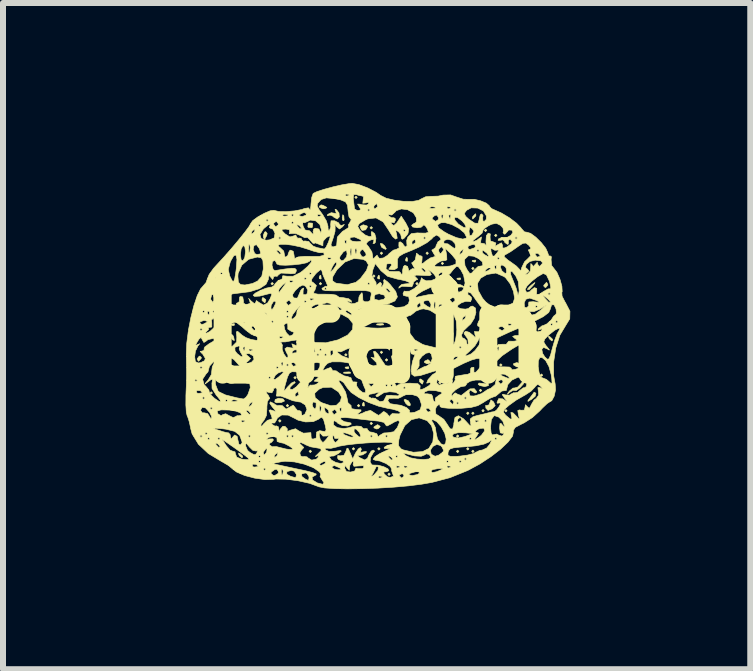
<source format=kicad_pcb>
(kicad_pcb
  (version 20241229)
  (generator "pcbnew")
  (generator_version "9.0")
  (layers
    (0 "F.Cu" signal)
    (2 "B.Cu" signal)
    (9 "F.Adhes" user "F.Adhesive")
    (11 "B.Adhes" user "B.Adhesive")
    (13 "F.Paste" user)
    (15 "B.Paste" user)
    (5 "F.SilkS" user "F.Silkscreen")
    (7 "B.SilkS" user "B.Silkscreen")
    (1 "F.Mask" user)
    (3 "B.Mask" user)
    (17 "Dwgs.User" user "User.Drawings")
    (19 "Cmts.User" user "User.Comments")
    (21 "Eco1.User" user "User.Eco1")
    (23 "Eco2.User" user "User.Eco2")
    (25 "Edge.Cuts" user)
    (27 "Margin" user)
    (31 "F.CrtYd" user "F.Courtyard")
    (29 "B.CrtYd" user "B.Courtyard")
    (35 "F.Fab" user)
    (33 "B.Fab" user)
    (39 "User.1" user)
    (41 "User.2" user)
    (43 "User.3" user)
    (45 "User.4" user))
  (footprint "brain"
    (layer "F.Cu")
    (at 3.2 2.503)
    (property "Reference" "brain" (at 0 0 0) (layer "F.SilkS") (effects (font (size 1.524 1.524) (thickness 0.3))))
    (attr through_hole)
    (fp_poly (pts (xy -2.709 0.995) (xy -2.731 1.016) (xy -2.752 0.995) (xy -2.731 0.974) (xy -2.709 0.995)) (stroke (width 0.01) (type solid)) (fill yes) (layer "F.SilkS"))
    (fp_poly (pts (xy -2.625 -0.191) (xy -2.646 -0.169) (xy -2.667 -0.191) (xy -2.646 -0.212) (xy -2.625 -0.191)) (stroke (width 0.01) (type solid)) (fill yes) (layer "F.SilkS"))
    (fp_poly (pts (xy -2.413 -0.064) (xy -2.434 -0.042) (xy -2.455 -0.064) (xy -2.434 -0.085) (xy -2.413 -0.064)) (stroke (width 0.01) (type solid)) (fill yes) (layer "F.SilkS"))
    (fp_poly (pts (xy -2.032 -0.318) (xy -2.053 -0.296) (xy -2.074 -0.318) (xy -2.053 -0.339) (xy -2.032 -0.318)) (stroke (width 0.01) (type solid)) (fill yes) (layer "F.SilkS"))
    (fp_poly (pts (xy -1.693 -0.826) (xy -1.714 -0.804) (xy -1.736 -0.826) (xy -1.714 -0.847) (xy -1.693 -0.826)) (stroke (width 0.01) (type solid)) (fill yes) (layer "F.SilkS"))
    (fp_poly (pts (xy -1.566 1.46) (xy -1.587 1.482) (xy -1.609 1.46) (xy -1.587 1.439) (xy -1.566 1.46)) (stroke (width 0.01) (type solid)) (fill yes) (layer "F.SilkS"))
    (fp_poly (pts (xy -1.439 1.206) (xy -1.46 1.228) (xy -1.482 1.206) (xy -1.46 1.185) (xy -1.439 1.206)) (stroke (width 0.01) (type solid)) (fill yes) (layer "F.SilkS"))
    (fp_poly (pts (xy -1.312 0.741) (xy -1.333 0.762) (xy -1.355 0.741) (xy -1.333 0.72) (xy -1.312 0.741)) (stroke (width 0.01) (type solid)) (fill yes) (layer "F.SilkS"))
    (fp_poly (pts (xy -1.27 0.148) (xy -1.291 0.169) (xy -1.312 0.148) (xy -1.291 0.127) (xy -1.27 0.148)) (stroke (width 0.01) (type solid)) (fill yes) (layer "F.SilkS"))
    (fp_poly (pts (xy -1.185 0.318) (xy -1.206 0.339) (xy -1.228 0.318) (xy -1.206 0.296) (xy -1.185 0.318)) (stroke (width 0.01) (type solid)) (fill yes) (layer "F.SilkS"))
    (fp_poly (pts (xy -1.058 1.968) (xy -1.079 1.99) (xy -1.101 1.968) (xy -1.079 1.947) (xy -1.058 1.968)) (stroke (width 0.01) (type solid)) (fill yes) (layer "F.SilkS"))
    (fp_poly (pts (xy -0.889 -0.826) (xy -0.91 -0.804) (xy -0.931 -0.826) (xy -0.91 -0.847) (xy -0.889 -0.826)) (stroke (width 0.01) (type solid)) (fill yes) (layer "F.SilkS"))
    (fp_poly (pts (xy -0.466 0.36) (xy -0.487 0.381) (xy -0.508 0.36) (xy -0.487 0.339) (xy -0.466 0.36)) (stroke (width 0.01) (type solid)) (fill yes) (layer "F.SilkS"))
    (fp_poly (pts (xy -0.339 0.36) (xy -0.36 0.381) (xy -0.381 0.36) (xy -0.36 0.339) (xy -0.339 0.36)) (stroke (width 0.01) (type solid)) (fill yes) (layer "F.SilkS"))
    (fp_poly (pts (xy -0.339 1.926) (xy -0.36 1.947) (xy -0.381 1.926) (xy -0.36 1.905) (xy -0.339 1.926)) (stroke (width 0.01) (type solid)) (fill yes) (layer "F.SilkS"))
    (fp_poly (pts (xy -0.296 -2.265) (xy -0.318 -2.244) (xy -0.339 -2.265) (xy -0.318 -2.286) (xy -0.296 -2.265)) (stroke (width 0.01) (type solid)) (fill yes) (layer "F.SilkS"))
    (fp_poly (pts (xy -0.254 1.206) (xy -0.275 1.228) (xy -0.296 1.206) (xy -0.275 1.185) (xy -0.254 1.206)) (stroke (width 0.01) (type solid)) (fill yes) (layer "F.SilkS"))
    (fp_poly (pts (xy -0.042 -1.757) (xy -0.064 -1.736) (xy -0.085 -1.757) (xy -0.064 -1.778) (xy -0.042 -1.757)) (stroke (width 0.01) (type solid)) (fill yes) (layer "F.SilkS"))
    (fp_poly (pts (xy -0.042 1.503) (xy -0.064 1.524) (xy -0.085 1.503) (xy -0.064 1.482) (xy -0.042 1.503)) (stroke (width 0.01) (type solid)) (fill yes) (layer "F.SilkS"))
    (fp_poly (pts (xy 0 -0.953) (xy -0.021 -0.931) (xy -0.042 -0.953) (xy -0.021 -0.974) (xy 0 -0.953)) (stroke (width 0.01) (type solid)) (fill yes) (layer "F.SilkS"))
    (fp_poly (pts (xy 0.085 1.926) (xy 0.064 1.947) (xy 0.042 1.926) (xy 0.064 1.905) (xy 0.085 1.926)) (stroke (width 0.01) (type solid)) (fill yes) (layer "F.SilkS"))
    (fp_poly (pts (xy 0.127 -1.333) (xy 0.106 -1.312) (xy 0.085 -1.333) (xy 0.106 -1.355) (xy 0.127 -1.333)) (stroke (width 0.01) (type solid)) (fill yes) (layer "F.SilkS"))
    (fp_poly (pts (xy 0.127 0.318) (xy 0.106 0.339) (xy 0.085 0.318) (xy 0.106 0.296) (xy 0.127 0.318)) (stroke (width 0.01) (type solid)) (fill yes) (layer "F.SilkS"))
    (fp_poly (pts (xy 0.212 0.445) (xy 0.191 0.466) (xy 0.169 0.445) (xy 0.191 0.423) (xy 0.212 0.445)) (stroke (width 0.01) (type solid)) (fill yes) (layer "F.SilkS"))
    (fp_poly (pts (xy 0.254 2.349) (xy 0.233 2.371) (xy 0.212 2.349) (xy 0.233 2.328) (xy 0.254 2.349)) (stroke (width 0.01) (type solid)) (fill yes) (layer "F.SilkS"))
    (fp_poly (pts (xy 0.296 -0.148) (xy 0.275 -0.127) (xy 0.254 -0.148) (xy 0.275 -0.169) (xy 0.296 -0.148)) (stroke (width 0.01) (type solid)) (fill yes) (layer "F.SilkS"))
    (fp_poly (pts (xy 0.72 -0.826) (xy 0.699 -0.804) (xy 0.677 -0.826) (xy 0.699 -0.847) (xy 0.72 -0.826)) (stroke (width 0.01) (type solid)) (fill yes) (layer "F.SilkS"))
    (fp_poly (pts (xy 0.889 -1.333) (xy 0.868 -1.312) (xy 0.847 -1.333) (xy 0.868 -1.355) (xy 0.889 -1.333)) (stroke (width 0.01) (type solid)) (fill yes) (layer "F.SilkS"))
    (fp_poly (pts (xy 1.101 0.826) (xy 1.079 0.847) (xy 1.058 0.826) (xy 1.079 0.804) (xy 1.101 0.826)) (stroke (width 0.01) (type solid)) (fill yes) (layer "F.SilkS"))
    (fp_poly (pts (xy 1.143 -1.164) (xy 1.122 -1.143) (xy 1.101 -1.164) (xy 1.122 -1.185) (xy 1.143 -1.164)) (stroke (width 0.01) (type solid)) (fill yes) (layer "F.SilkS"))
    (fp_poly (pts (xy 1.397 1.714) (xy 1.376 1.736) (xy 1.355 1.714) (xy 1.376 1.693) (xy 1.397 1.714)) (stroke (width 0.01) (type solid)) (fill yes) (layer "F.SilkS"))
    (fp_poly (pts (xy 1.397 1.968) (xy 1.376 1.99) (xy 1.355 1.968) (xy 1.376 1.947) (xy 1.397 1.968)) (stroke (width 0.01) (type solid)) (fill yes) (layer "F.SilkS"))
    (fp_poly (pts (xy 1.566 1.333) (xy 1.545 1.355) (xy 1.524 1.333) (xy 1.545 1.312) (xy 1.566 1.333)) (stroke (width 0.01) (type solid)) (fill yes) (layer "F.SilkS"))
    (fp_poly (pts (xy 1.566 1.926) (xy 1.545 1.947) (xy 1.524 1.926) (xy 1.545 1.905) (xy 1.566 1.926)) (stroke (width 0.01) (type solid)) (fill yes) (layer "F.SilkS"))
    (fp_poly (pts (xy 1.651 -1.079) (xy 1.63 -1.058) (xy 1.609 -1.079) (xy 1.63 -1.101) (xy 1.651 -1.079)) (stroke (width 0.01) (type solid)) (fill yes) (layer "F.SilkS"))
    (fp_poly (pts (xy 1.651 1.333) (xy 1.63 1.355) (xy 1.609 1.333) (xy 1.63 1.312) (xy 1.651 1.333)) (stroke (width 0.01) (type solid)) (fill yes) (layer "F.SilkS"))
    (fp_poly (pts (xy 1.651 1.968) (xy 1.63 1.99) (xy 1.609 1.968) (xy 1.63 1.947) (xy 1.651 1.968)) (stroke (width 0.01) (type solid)) (fill yes) (layer "F.SilkS"))
    (fp_poly (pts (xy 1.778 0.953) (xy 1.757 0.974) (xy 1.736 0.953) (xy 1.757 0.931) (xy 1.778 0.953)) (stroke (width 0.01) (type solid)) (fill yes) (layer "F.SilkS"))
    (fp_poly (pts (xy 1.82 1.291) (xy 1.799 1.312) (xy 1.778 1.291) (xy 1.799 1.27) (xy 1.82 1.291)) (stroke (width 0.01) (type solid)) (fill yes) (layer "F.SilkS"))
    (fp_poly (pts (xy 1.863 -1.714) (xy 1.841 -1.693) (xy 1.82 -1.714) (xy 1.841 -1.736) (xy 1.863 -1.714)) (stroke (width 0.01) (type solid)) (fill yes) (layer "F.SilkS"))
    (fp_poly (pts (xy 1.863 -0.318) (xy 1.841 -0.296) (xy 1.82 -0.318) (xy 1.841 -0.339) (xy 1.863 -0.318)) (stroke (width 0.01) (type solid)) (fill yes) (layer "F.SilkS"))
    (fp_poly (pts (xy 2.032 -1.63) (xy 2.011 -1.609) (xy 1.99 -1.63) (xy 2.011 -1.651) (xy 2.032 -1.63)) (stroke (width 0.01) (type solid)) (fill yes) (layer "F.SilkS"))
    (fp_poly (pts (xy 2.117 0.529) (xy 2.095 0.55) (xy 2.074 0.529) (xy 2.095 0.508) (xy 2.117 0.529)) (stroke (width 0.01) (type solid)) (fill yes) (layer "F.SilkS"))
    (fp_poly (pts (xy 2.201 1.291) (xy 2.18 1.312) (xy 2.159 1.291) (xy 2.18 1.27) (xy 2.201 1.291)) (stroke (width 0.01) (type solid)) (fill yes) (layer "F.SilkS"))
    (fp_poly (pts (xy 2.582 0.233) (xy 2.561 0.254) (xy 2.54 0.233) (xy 2.561 0.212) (xy 2.582 0.233)) (stroke (width 0.01) (type solid)) (fill yes) (layer "F.SilkS"))
    (fp_poly (pts (xy 2.794 0.699) (xy 2.773 0.72) (xy 2.752 0.699) (xy 2.773 0.677) (xy 2.794 0.699)) (stroke (width 0.01) (type solid)) (fill yes) (layer "F.SilkS"))
    (fp_poly (pts (xy -2.342 -0.155) (xy -2.348 -0.13) (xy -2.371 -0.127) (xy -2.406 -0.142) (xy -2.399 -0.155) (xy -2.349 -0.16) (xy -2.342 -0.155)) (stroke (width 0.01) (type solid)) (fill yes) (layer "F.SilkS"))
    (fp_poly (pts (xy -0.903 -0.96) (xy -0.898 -0.909) (xy -0.903 -0.903) (xy -0.928 -0.909) (xy -0.931 -0.931) (xy -0.916 -0.966) (xy -0.903 -0.96)) (stroke (width 0.01) (type solid)) (fill yes) (layer "F.SilkS"))
    (fp_poly (pts (xy -0.521 -1.955) (xy -0.516 -1.889) (xy -0.525 -1.874) (xy -0.544 -1.887) (xy -0.547 -1.93) (xy -0.537 -1.975) (xy -0.521 -1.955)) (stroke (width 0.01) (type solid)) (fill yes) (layer "F.SilkS"))
    (fp_poly (pts (xy -0.437 0.564) (xy -0.443 0.59) (xy -0.466 0.593) (xy -0.501 0.577) (xy -0.494 0.564) (xy -0.444 0.559) (xy -0.437 0.564)) (stroke (width 0.01) (type solid)) (fill yes) (layer "F.SilkS"))
    (fp_poly (pts (xy -0.413 0.649) (xy -0.407 0.665) (xy -0.466 0.671) (xy -0.526 0.664) (xy -0.519 0.649) (xy -0.432 0.644) (xy -0.413 0.649)) (stroke (width 0.01) (type solid)) (fill yes) (layer "F.SilkS"))
    (fp_poly (pts (xy -0.183 1.157) (xy -0.178 1.207) (xy -0.183 1.214) (xy -0.209 1.208) (xy -0.212 1.185) (xy -0.196 1.15) (xy -0.183 1.157)) (stroke (width 0.01) (type solid)) (fill yes) (layer "F.SilkS"))
    (fp_poly (pts (xy 0.071 -0.96) (xy 0.076 -0.909) (xy 0.071 -0.903) (xy 0.045 -0.909) (xy 0.042 -0.931) (xy 0.058 -0.966) (xy 0.071 -0.96)) (stroke (width 0.01) (type solid)) (fill yes) (layer "F.SilkS"))
    (fp_poly (pts (xy 0.138 -0.155) (xy 0.143 -0.14) (xy 0.085 -0.134) (xy 0.025 -0.14) (xy 0.032 -0.155) (xy 0.118 -0.161) (xy 0.138 -0.155)) (stroke (width 0.01) (type solid)) (fill yes) (layer "F.SilkS"))
    (fp_poly (pts (xy 0.536 -1.256) (xy 0.541 -1.206) (xy 0.536 -1.199) (xy 0.511 -1.205) (xy 0.508 -1.228) (xy 0.523 -1.263) (xy 0.536 -1.256)) (stroke (width 0.01) (type solid)) (fill yes) (layer "F.SilkS"))
    (fp_poly (pts (xy 1.425 -0.917) (xy 1.419 -0.892) (xy 1.397 -0.889) (xy 1.362 -0.904) (xy 1.369 -0.917) (xy 1.419 -0.922) (xy 1.425 -0.917)) (stroke (width 0.01) (type solid)) (fill yes) (layer "F.SilkS"))
    (fp_poly (pts (xy 1.679 -1.214) (xy 1.673 -1.188) (xy 1.651 -1.185) (xy 1.616 -1.201) (xy 1.623 -1.214) (xy 1.673 -1.219) (xy 1.679 -1.214)) (stroke (width 0.01) (type solid)) (fill yes) (layer "F.SilkS"))
    (fp_poly (pts (xy -2.372 0.031) (xy -2.356 0.062) (xy -2.345 0.121) (xy -2.374 0.11) (xy -2.394 0.082) (xy -2.407 0.026) (xy -2.401 0.017) (xy -2.372 0.031)) (stroke (width 0.01) (type solid)) (fill yes) (layer "F.SilkS"))
    (fp_poly (pts (xy -2.25 2.007) (xy -2.205 2.049) (xy -2.214 2.074) (xy -2.22 2.074) (xy -2.256 2.044) (xy -2.269 2.025) (xy -2.274 1.996) (xy -2.25 2.007)) (stroke (width 0.01) (type solid)) (fill yes) (layer "F.SilkS"))
    (fp_poly (pts (xy 0.119 -1.492) (xy 0.16 -1.456) (xy 0.187 -1.408) (xy 0.174 -1.397) (xy 0.115 -1.428) (xy 0.104 -1.442) (xy 0.087 -1.495) (xy 0.119 -1.492)) (stroke (width 0.01) (type solid)) (fill yes) (layer "F.SilkS"))
    (fp_poly (pts (xy 0.556 1.127) (xy 0.588 1.18) (xy 0.582 1.21) (xy 0.543 1.199) (xy 0.509 1.165) (xy 0.482 1.112) (xy 0.5 1.101) (xy 0.556 1.127)) (stroke (width 0.01) (type solid)) (fill yes) (layer "F.SilkS"))
    (fp_poly (pts (xy 0.892 0.446) (xy 0.929 0.487) (xy 0.887 0.507) (xy 0.865 0.508) (xy 0.822 0.487) (xy 0.826 0.465) (xy 0.877 0.441) (xy 0.892 0.446)) (stroke (width 0.01) (type solid)) (fill yes) (layer "F.SilkS"))
    (fp_poly (pts (xy 2.449 0.44) (xy 2.494 0.483) (xy 2.485 0.508) (xy 2.479 0.508) (xy 2.443 0.478) (xy 2.43 0.459) (xy 2.425 0.43) (xy 2.449 0.44)) (stroke (width 0.01) (type solid)) (fill yes) (layer "F.SilkS"))
    (fp_poly (pts (xy 2.914 0.059) (xy 2.96 0.102) (xy 2.951 0.127) (xy 2.945 0.127) (xy 2.909 0.097) (xy 2.896 0.078) (xy 2.891 0.049) (xy 2.914 0.059)) (stroke (width 0.01) (type solid)) (fill yes) (layer "F.SilkS"))
    (fp_poly (pts (xy -2.893 0.407) (xy -2.9 0.423) (xy -2.938 0.464) (xy -2.945 0.466) (xy -2.963 0.433) (xy -2.963 0.423) (xy -2.931 0.383) (xy -2.919 0.381) (xy -2.893 0.407)) (stroke (width 0.01) (type solid)) (fill yes) (layer "F.SilkS"))
    (fp_poly (pts (xy -1.822 -0.562) (xy -1.82 -0.55) (xy -1.835 -0.509) (xy -1.839 -0.508) (xy -1.875 -0.538) (xy -1.884 -0.55) (xy -1.88 -0.589) (xy -1.865 -0.593) (xy -1.822 -0.562)) (stroke (width 0.01) (type solid)) (fill yes) (layer "F.SilkS"))
    (fp_poly (pts (xy -1.798 -1.662) (xy -1.805 -1.63) (xy -1.835 -1.574) (xy -1.846 -1.566) (xy -1.861 -1.601) (xy -1.863 -1.63) (xy -1.841 -1.686) (xy -1.822 -1.693) (xy -1.798 -1.662)) (stroke (width 0.01) (type solid)) (fill yes) (layer "F.SilkS"))
    (fp_poly (pts (xy -1.538 1.093) (xy -1.527 1.099) (xy -1.509 1.13) (xy -1.563 1.154) (xy -1.642 1.159) (xy -1.672 1.143) (xy -1.664 1.104) (xy -1.608 1.083) (xy -1.538 1.093)) (stroke (width 0.01) (type solid)) (fill yes) (layer "F.SilkS"))
    (fp_poly (pts (xy -1.049 -1.835) (xy -1.039 -1.824) (xy -1.044 -1.769) (xy -1.055 -1.759) (xy -1.11 -1.763) (xy -1.12 -1.774) (xy -1.115 -1.83) (xy -1.104 -1.839) (xy -1.049 -1.835)) (stroke (width 0.01) (type solid)) (fill yes) (layer "F.SilkS"))
    (fp_poly (pts (xy -0.868 -2.132) (xy -0.812 -2.102) (xy -0.804 -2.091) (xy -0.839 -2.076) (xy -0.868 -2.074) (xy -0.924 -2.096) (xy -0.931 -2.115) (xy -0.9 -2.139) (xy -0.868 -2.132)) (stroke (width 0.01) (type solid)) (fill yes) (layer "F.SilkS"))
    (fp_poly (pts (xy -0.134 -1.788) (xy -0.127 -1.773) (xy -0.157 -1.723) (xy -0.212 -1.713) (xy -0.227 -1.723) (xy -0.252 -1.779) (xy -0.201 -1.806) (xy -0.191 -1.806) (xy -0.134 -1.788)) (stroke (width 0.01) (type solid)) (fill yes) (layer "F.SilkS"))
    (fp_poly (pts (xy 0.084 1.552) (xy 0.085 1.559) (xy 0.05 1.591) (xy 0.023 1.595) (xy -0.02 1.576) (xy -0.017 1.559) (xy 0.039 1.524) (xy 0.045 1.524) (xy 0.084 1.552)) (stroke (width 0.01) (type solid)) (fill yes) (layer "F.SilkS"))
    (fp_poly (pts (xy 0.508 0.71) (xy 0.508 0.72) (xy 0.475 0.76) (xy 0.463 0.762) (xy 0.438 0.736) (xy 0.445 0.72) (xy 0.483 0.679) (xy 0.489 0.677) (xy 0.508 0.71)) (stroke (width 0.01) (type solid)) (fill yes) (layer "F.SilkS"))
    (fp_poly (pts (xy 0.803 0.793) (xy 0.804 0.804) (xy 0.79 0.846) (xy 0.786 0.847) (xy 0.75 0.817) (xy 0.741 0.804) (xy 0.744 0.765) (xy 0.76 0.762) (xy 0.803 0.793)) (stroke (width 0.01) (type solid)) (fill yes) (layer "F.SilkS"))
    (fp_poly (pts (xy 1.68 -1.962) (xy 1.672 -1.947) (xy 1.632 -1.907) (xy 1.625 -1.905) (xy 1.622 -1.932) (xy 1.63 -1.947) (xy 1.67 -1.988) (xy 1.677 -1.99) (xy 1.68 -1.962)) (stroke (width 0.01) (type solid)) (fill yes) (layer "F.SilkS"))
    (fp_poly (pts (xy 1.976 0.705) (xy 1.968 0.72) (xy 1.929 0.76) (xy 1.921 0.762) (xy 1.918 0.735) (xy 1.926 0.72) (xy 1.966 0.679) (xy 1.973 0.677) (xy 1.976 0.705)) (stroke (width 0.01) (type solid)) (fill yes) (layer "F.SilkS"))
    (fp_poly (pts (xy 2.654 -0.824) (xy 2.63 -0.794) (xy 2.568 -0.728) (xy 2.541 -0.728) (xy 2.54 -0.736) (xy 2.569 -0.771) (xy 2.614 -0.81) (xy 2.664 -0.846) (xy 2.654 -0.824)) (stroke (width 0.01) (type solid)) (fill yes) (layer "F.SilkS"))
    (fp_poly (pts (xy 2.878 -0.814) (xy 2.879 -0.804) (xy 2.846 -0.764) (xy 2.834 -0.762) (xy 2.809 -0.788) (xy 2.815 -0.804) (xy 2.853 -0.845) (xy 2.86 -0.847) (xy 2.878 -0.814)) (stroke (width 0.01) (type solid)) (fill yes) (layer "F.SilkS"))
    (fp_poly (pts (xy 2.675 0.996) (xy 2.681 1.005) (xy 2.667 1.051) (xy 2.611 1.099) (xy 2.548 1.136) (xy 2.548 1.12) (xy 2.581 1.076) (xy 2.632 1.008) (xy 2.651 0.981) (xy 2.675 0.996)) (stroke (width 0.01) (type solid)) (fill yes) (layer "F.SilkS"))
    (fp_poly (pts (xy 1.969 1.139) (xy 1.977 1.149) (xy 2.002 1.206) (xy 1.954 1.256) (xy 1.949 1.259) (xy 1.882 1.286) (xy 1.847 1.249) (xy 1.846 1.245) (xy 1.843 1.202) (xy 1.86 1.205) (xy 1.899 1.192) (xy 1.912 1.158) (xy 1.931 1.111) (xy 1.969 1.139)) (stroke (width 0.01) (type solid)) (fill yes) (layer "F.SilkS"))
    (fp_poly (pts (xy 2.498 0.788) (xy 2.469 0.848) (xy 2.413 0.91) (xy 2.352 0.955) (xy 2.328 0.954) (xy 2.301 0.95) (xy 2.254 0.979) (xy 2.204 1.016) (xy 2.215 0.994) (xy 2.238 0.964) (xy 2.297 0.914) (xy 2.33 0.911) (xy 2.377 0.897) (xy 2.431 0.838) (xy 2.478 0.784) (xy 2.498 0.788)) (stroke (width 0.01) (type solid)) (fill yes) (layer "F.SilkS"))
    (fp_poly (pts (xy -0.642 -2.057) (xy -0.601 -2.003) (xy -0.596 -1.939) (xy -0.629 -1.905) (xy -0.633 -1.905) (xy -0.69 -1.936) (xy -0.699 -1.948) (xy -0.752 -1.97) (xy -0.771 -1.963) (xy -0.797 -1.961) (xy -0.788 -1.981) (xy -0.73 -2.009) (xy -0.69 -2.002) (xy -0.644 -1.995) (xy -0.656 -2.031) (xy -0.667 -2.067) (xy -0.642 -2.057)) (stroke (width 0.01) (type solid)) (fill yes) (layer "F.SilkS"))
    (fp_poly (pts (xy 0.523 0.291) (xy 0.531 0.329) (xy 0.552 0.427) (xy 0.568 0.459) (xy 0.57 0.536) (xy 0.54 0.579) (xy 0.49 0.613) (xy 0.436 0.599) (xy 0.359 0.539) (xy 0.315 0.487) (xy 0.381 0.487) (xy 0.402 0.508) (xy 0.423 0.487) (xy 0.508 0.487) (xy 0.529 0.508) (xy 0.55 0.487) (xy 0.529 0.466) (xy 0.508 0.487) (xy 0.423 0.487) (xy 0.402 0.466) (xy 0.381 0.487) (xy 0.315 0.487) (xy 0.287 0.453) (xy 0.273 0.382) (xy 0.319 0.344) (xy 0.352 0.342) (xy 0.377 0.352) (xy 0.349 0.367) (xy 0.298 0.408) (xy 0.318 0.44) (xy 0.373 0.438) (xy 0.437 0.388) (xy 0.448 0.346) (xy 0.466 0.28) (xy 0.487 0.265) (xy 0.523 0.291)) (stroke (width 0.01) (type solid)) (fill yes) (layer "F.SilkS"))
    (fp_poly (pts (xy -0.267 -2.476) (xy -0.12 -2.42) (xy 0.02 -2.347) (xy 0.093 -2.296) (xy 0.185 -2.25) (xy 0.323 -2.217) (xy 0.478 -2.198) (xy 0.623 -2.196) (xy 0.728 -2.215) (xy 0.756 -2.232) (xy 0.842 -2.274) (xy 0.926 -2.281) (xy 1.052 -2.285) (xy 1.133 -2.302) (xy 1.258 -2.305) (xy 1.354 -2.271) (xy 1.468 -2.234) (xy 1.565 -2.231) (xy 1.566 -2.231) (xy 1.652 -2.232) (xy 1.758 -2.207) (xy 1.853 -2.168) (xy 1.903 -2.125) (xy 1.905 -2.116) (xy 1.939 -2.078) (xy 1.979 -2.06) (xy 2.104 -2.004) (xy 2.24 -1.923) (xy 2.357 -1.834) (xy 2.43 -1.758) (xy 2.434 -1.75) (xy 2.488 -1.69) (xy 2.53 -1.683) (xy 2.591 -1.665) (xy 2.679 -1.6) (xy 2.77 -1.51) (xy 2.844 -1.416) (xy 2.878 -1.341) (xy 2.879 -1.335) (xy 2.896 -1.287) (xy 2.917 -1.289) (xy 2.938 -1.275) (xy 2.933 -1.226) (xy 2.942 -1.129) (xy 2.974 -1.088) (xy 3.03 -1.015) (xy 3.08 -0.902) (xy 3.113 -0.784) (xy 3.118 -0.695) (xy 3.112 -0.678) (xy 3.116 -0.618) (xy 3.162 -0.527) (xy 3.172 -0.512) (xy 3.247 -0.367) (xy 3.244 -0.24) (xy 3.175 -0.127) (xy 3.079 0.033) (xy 3.011 0.245) (xy 2.975 0.481) (xy 2.976 0.71) (xy 3.001 0.846) (xy 3.007 0.945) (xy 2.985 1.048) (xy 2.944 1.124) (xy 2.911 1.143) (xy 2.867 1.172) (xy 2.79 1.245) (xy 2.742 1.296) (xy 2.621 1.405) (xy 2.484 1.493) (xy 2.442 1.513) (xy 2.335 1.569) (xy 2.302 1.624) (xy 2.306 1.642) (xy 2.291 1.714) (xy 2.215 1.814) (xy 2.091 1.932) (xy 1.931 2.056) (xy 1.749 2.176) (xy 1.559 2.279) (xy 1.536 2.29) (xy 1.247 2.407) (xy 0.946 2.486) (xy 0.774 2.516) (xy 0.558 2.543) (xy 0.31 2.565) (xy 0.047 2.581) (xy -0.216 2.59) (xy -0.462 2.593) (xy -0.674 2.589) (xy -0.838 2.578) (xy -0.936 2.559) (xy -0.944 2.555) (xy -1.091 2.501) (xy -1.283 2.458) (xy -1.483 2.432) (xy -1.653 2.429) (xy -1.694 2.434) (xy -1.837 2.438) (xy -2.008 2.414) (xy -2.175 2.37) (xy -2.26 2.333) (xy -1.736 2.333) (xy -1.701 2.366) (xy -1.672 2.371) (xy -1.616 2.337) (xy -1.609 2.308) (xy -1.612 2.304) (xy -1.563 2.304) (xy -1.555 2.359) (xy -1.541 2.359) (xy -1.539 2.349) (xy -1.471 2.349) (xy -1.408 2.384) (xy -1.34 2.403) (xy -1.323 2.408) (xy -1.314 2.378) (xy -1.312 2.349) (xy -1.315 2.346) (xy -1.225 2.346) (xy -1.219 2.388) (xy -1.156 2.434) (xy -1.111 2.452) (xy -1.102 2.421) (xy -1.101 2.392) (xy -1.135 2.336) (xy -1.164 2.328) (xy -1.225 2.346) (xy -1.315 2.346) (xy -1.348 2.298) (xy -1.397 2.286) (xy -1.47 2.306) (xy -1.471 2.349) (xy -1.539 2.349) (xy -1.531 2.303) (xy -1.537 2.278) (xy -1.556 2.262) (xy -1.563 2.304) (xy -1.612 2.304) (xy -1.637 2.266) (xy -1.672 2.271) (xy -1.728 2.312) (xy -1.736 2.333) (xy -2.26 2.333) (xy -2.309 2.312) (xy -2.37 2.265) (xy -1.863 2.265) (xy -1.841 2.286) (xy -1.82 2.265) (xy -1.841 2.244) (xy -1.863 2.265) (xy -2.37 2.265) (xy -2.371 2.264) (xy -2.445 2.202) (xy -2.46 2.194) (xy -2.048 2.194) (xy -2.036 2.225) (xy -2.009 2.23) (xy -1.954 2.223) (xy -1.947 2.218) (xy -1.979 2.185) (xy -2.033 2.182) (xy -2.048 2.194) (xy -2.46 2.194) (xy -2.497 2.172) (xy -1.714 2.172) (xy -1.566 2.204) (xy -1.441 2.231) (xy -1.277 2.266) (xy -1.164 2.29) (xy -1.045 2.32) (xy -0.981 2.345) (xy -0.984 2.36) (xy -1.05 2.397) (xy -1.04 2.447) (xy -0.963 2.494) (xy -0.872 2.517) (xy -0.851 2.493) (xy -0.888 2.435) (xy -0.913 2.392) (xy -0.065 2.392) (xy -0.053 2.385) (xy 0.056 2.385) (xy 0.062 2.41) (xy 0.085 2.413) (xy 0.12 2.398) (xy 0.113 2.385) (xy 0.063 2.38) (xy 0.056 2.385) (xy -0.053 2.385) (xy -0.019 2.361) (xy -0.011 2.354) (xy 0.048 2.284) (xy 0.055 2.23) (xy 0.023 2.216) (xy 0.008 2.246) (xy -0.034 2.334) (xy -0.058 2.371) (xy -0.065 2.392) (xy -0.913 2.392) (xy -0.918 2.383) (xy -0.91 2.371) (xy -0.906 2.345) (xy -0.929 2.309) (xy -1.026 2.241) (xy -1.041 2.235) (xy -0.72 2.235) (xy -0.684 2.263) (xy -0.625 2.275) (xy -0.564 2.274) (xy -0.581 2.251) (xy -0.582 2.25) (xy -0.507 2.25) (xy -0.476 2.305) (xy -0.406 2.313) (xy -0.338 2.295) (xy -0.329 2.268) (xy -0.318 2.248) (xy -0.283 2.256) (xy -0.21 2.256) (xy -0.186 2.236) (xy -0.193 2.206) (xy -0.271 2.211) (xy -0.352 2.217) (xy -0.367 2.186) (xy -0.363 2.173) (xy -0.363 2.133) (xy -0.381 2.138) (xy -0.419 2.198) (xy -0.424 2.236) (xy -0.431 2.283) (xy -0.46 2.252) (xy -0.466 2.244) (xy -0.499 2.203) (xy -0.507 2.24) (xy -0.507 2.25) (xy -0.582 2.25) (xy -0.593 2.242) (xy -0.679 2.204) (xy -0.719 2.224) (xy -0.72 2.235) (xy -1.041 2.235) (xy -1.174 2.183) (xy -1.198 2.177) (xy -0.925 2.177) (xy -0.915 2.199) (xy -0.891 2.201) (xy -0.834 2.171) (xy -0.826 2.159) (xy -0.833 2.135) (xy -0.866 2.143) (xy -0.925 2.177) (xy -1.198 2.177) (xy -1.343 2.144) (xy -1.5 2.133) (xy -1.558 2.14) (xy -1.714 2.172) (xy -2.497 2.172) (xy -2.554 2.139) (xy -2.555 2.138) (xy -1.947 2.138) (xy -1.926 2.159) (xy -1.905 2.138) (xy -1.926 2.117) (xy -1.947 2.138) (xy -2.555 2.138) (xy -2.563 2.134) (xy -2.779 2.004) (xy -2.946 1.847) (xy -2.954 1.832) (xy -2.66 1.832) (xy -2.65 1.856) (xy -2.607 1.902) (xy -2.583 1.892) (xy -2.582 1.886) (xy -2.612 1.851) (xy -2.631 1.837) (xy -2.66 1.832) (xy -2.954 1.832) (xy -3 1.757) (xy -2.794 1.757) (xy -2.773 1.778) (xy -2.752 1.757) (xy -2.625 1.757) (xy -2.603 1.778) (xy -2.59 1.765) (xy -2.551 1.765) (xy -2.477 1.877) (xy -2.416 1.948) (xy -2.368 1.967) (xy -2.366 1.966) (xy -2.333 1.977) (xy -2.328 2.005) (xy -2.305 2.065) (xy -2.224 2.097) (xy -2.15 2.106) (xy -2.101 2.104) (xy -2.116 2.078) (xy -2.147 2.053) (xy -1.947 2.053) (xy -1.926 2.074) (xy -1.923 2.072) (xy -1.683 2.072) (xy -1.677 2.074) (xy -1.639 2.045) (xy -1.63 2.032) (xy -1.619 1.992) (xy -1.625 1.99) (xy -1.663 2.019) (xy -1.672 2.032) (xy -1.683 2.072) (xy -1.923 2.072) (xy -1.905 2.053) (xy -1.926 2.032) (xy -1.947 2.053) (xy -2.147 2.053) (xy -2.167 2.037) (xy -2.268 1.963) (xy -2.389 1.877) (xy -2.396 1.872) (xy -2.159 1.872) (xy -2.126 1.951) (xy -2.085 1.986) (xy -2.018 2.023) (xy -1.989 2.019) (xy -1.97 1.992) (xy -1.863 1.992) (xy -1.849 2.031) (xy -1.818 1.997) (xy -1.804 1.966) (xy -1.801 1.923) (xy -1.821 1.926) (xy -1.861 1.981) (xy -1.863 1.992) (xy -1.97 1.992) (xy -1.964 1.983) (xy -1.959 1.954) (xy -1.98 1.963) (xy -2.035 1.953) (xy -2.093 1.896) (xy -2.14 1.838) (xy -2.158 1.85) (xy -2.159 1.872) (xy -2.396 1.872) (xy -2.408 1.864) (xy -2.551 1.765) (xy -2.59 1.765) (xy -2.582 1.757) (xy -2.603 1.736) (xy -2.625 1.757) (xy -2.752 1.757) (xy -2.773 1.736) (xy -2.794 1.757) (xy -3 1.757) (xy -3.026 1.714) (xy -2.921 1.714) (xy -2.9 1.736) (xy -2.879 1.714) (xy -2.9 1.693) (xy -2.921 1.714) (xy -3.026 1.714) (xy -3.048 1.678) (xy -3.05 1.672) (xy -2.836 1.672) (xy -2.815 1.693) (xy -2.794 1.672) (xy -2.815 1.651) (xy -2.836 1.672) (xy -3.05 1.672) (xy -3.07 1.598) (xy -3.073 1.584) (xy -2.701 1.584) (xy -2.688 1.591) (xy -2.585 1.623) (xy -2.54 1.639) (xy -2.466 1.658) (xy -2.445 1.658) (xy -2.416 1.687) (xy -2.41 1.725) (xy -2.399 1.765) (xy -2.385 1.746) (xy -2.341 1.696) (xy -2.299 1.717) (xy -2.286 1.778) (xy -2.27 1.847) (xy -2.247 1.863) (xy -2.217 1.83) (xy -2.217 1.81) (xy -2.23 1.772) (xy -1.815 1.772) (xy -1.773 1.764) (xy -1.767 1.762) (xy -1.706 1.76) (xy -1.693 1.779) (xy -1.726 1.819) (xy -1.738 1.82) (xy -1.763 1.846) (xy -1.756 1.863) (xy -1.712 1.893) (xy -1.701 1.89) (xy -1.642 1.889) (xy -1.594 1.902) (xy -1.483 1.929) (xy -1.431 1.936) (xy -1.371 1.937) (xy -1.383 1.914) (xy -1.424 1.883) (xy -1.509 1.839) (xy -1.256 1.839) (xy -1.228 1.863) (xy -1.187 1.904) (xy -1.222 1.942) (xy -1.223 1.943) (xy -1.254 1.993) (xy -1.242 2.044) (xy -1.2 2.06) (xy -1.185 2.053) (xy -1.134 2.06) (xy -1.122 2.074) (xy -1.057 2.114) (xy -0.978 2.098) (xy -0.948 2.068) (xy -0.945 2.038) (xy -0.978 2.05) (xy -0.997 2.053) (xy -0.963 2.02) (xy -0.898 1.955) (xy -0.905 1.922) (xy -0.927 1.918) (xy -0.837 1.918) (xy -0.829 1.942) (xy -0.767 1.97) (xy -0.664 1.966) (xy -0.577 1.954) (xy -0.563 1.964) (xy -0.613 2.005) (xy -0.689 2.045) (xy -0.73 2.047) (xy -0.761 2.057) (xy -0.762 2.065) (xy -0.728 2.113) (xy -0.653 2.153) (xy -0.572 2.171) (xy -0.528 2.156) (xy -0.533 2.125) (xy -0.552 2.126) (xy -0.61 2.104) (xy -0.625 2.078) (xy -0.621 2.037) (xy -0.581 2.043) (xy -0.518 2.032) (xy -0.489 1.976) (xy -0.467 1.914) (xy -0.446 1.924) (xy -0.417 1.99) (xy -0.372 2.095) (xy -0.328 2) (xy -0.28 1.928) (xy -0.245 1.905) (xy -0.228 1.932) (xy -0.237 1.955) (xy -0.239 1.986) (xy -0.195 1.976) (xy -0.146 1.97) (xy -0.148 1.99) (xy -0.209 2.027) (xy -0.246 2.033) (xy -0.293 2.039) (xy -0.263 2.069) (xy -0.254 2.074) (xy -0.173 2.112) (xy -0.126 2.083) (xy -0.106 2.032) (xy -0.064 1.963) (xy -0.031 1.947) (xy -0.007 1.964) (xy -0.034 1.998) (xy -0.075 2.07) (xy -0.082 2.146) (xy -0.054 2.193) (xy -0.032 2.196) (xy 0.053 2.199) (xy 0.145 2.224) (xy 0.214 2.259) (xy 0.23 2.291) (xy 0.179 2.311) (xy 0.167 2.306) (xy 0.145 2.315) (xy 0.152 2.344) (xy 0.209 2.394) (xy 0.257 2.401) (xy 0.308 2.382) (xy 0.301 2.361) (xy 0.403 2.361) (xy 0.407 2.378) (xy 0.441 2.412) (xy 0.445 2.413) (xy 0.478 2.384) (xy 0.482 2.378) (xy 0.474 2.358) (xy 0.56 2.358) (xy 0.609 2.37) (xy 0.625 2.371) (xy 0.709 2.354) (xy 0.739 2.331) (xy 0.726 2.306) (xy 0.673 2.308) (xy 0.583 2.334) (xy 0.56 2.358) (xy 0.474 2.358) (xy 0.47 2.347) (xy 0.445 2.342) (xy 0.403 2.361) (xy 0.301 2.361) (xy 0.299 2.357) (xy 0.277 2.295) (xy 0.931 2.295) (xy 0.952 2.323) (xy 1.025 2.308) (xy 1.079 2.286) (xy 1.128 2.261) (xy 1.103 2.254) (xy 1.048 2.256) (xy 0.963 2.271) (xy 0.931 2.295) (xy 0.277 2.295) (xy 0.275 2.289) (xy 0.278 2.27) (xy 0.257 2.223) (xy 0.246 2.215) (xy 0.353 2.215) (xy 0.359 2.241) (xy 0.381 2.244) (xy 0.416 2.228) (xy 0.409 2.215) (xy 0.48 2.215) (xy 0.486 2.241) (xy 0.508 2.244) (xy 0.543 2.228) (xy 0.536 2.215) (xy 1.199 2.215) (xy 1.205 2.241) (xy 1.228 2.244) (xy 1.263 2.228) (xy 1.256 2.215) (xy 1.206 2.21) (xy 1.199 2.215) (xy 0.536 2.215) (xy 0.486 2.21) (xy 0.48 2.215) (xy 0.409 2.215) (xy 0.359 2.21) (xy 0.353 2.215) (xy 0.246 2.215) (xy 0.183 2.171) (xy 0.103 2.138) (xy 1.185 2.138) (xy 1.206 2.159) (xy 1.228 2.138) (xy 1.397 2.138) (xy 1.418 2.159) (xy 1.439 2.138) (xy 1.418 2.117) (xy 1.397 2.138) (xy 1.228 2.138) (xy 1.206 2.117) (xy 1.185 2.138) (xy 0.103 2.138) (xy 0.085 2.13) (xy 0.004 2.117) (xy -0.032 2.101) (xy -0.004 2.06) (xy 0.02 2.044) (xy 0.218 2.044) (xy 0.229 2.068) (xy 0.271 2.113) (xy 0.296 2.104) (xy 0.296 2.098) (xy 0.266 2.062) (xy 0.253 2.053) (xy 0.339 2.053) (xy 0.36 2.074) (xy 0.381 2.053) (xy 0.36 2.032) (xy 0.339 2.053) (xy 0.253 2.053) (xy 0.247 2.049) (xy 0.218 2.044) (xy 0.02 2.044) (xy 0.074 2.008) (xy 0.102 1.995) (xy 0.471 1.995) (xy 0.486 2.016) (xy 0.518 2.043) (xy 0.591 2.076) (xy 0.698 2.097) (xy 0.811 2.104) (xy 0.895 2.095) (xy 1.482 2.095) (xy 1.503 2.117) (xy 1.524 2.095) (xy 1.503 2.074) (xy 1.482 2.095) (xy 0.895 2.095) (xy 0.898 2.095) (xy 0.931 2.07) (xy 0.903 2.02) (xy 0.851 2.009) (xy 0.829 2.026) (xy 0.769 2.05) (xy 0.657 2.044) (xy 0.529 2.011) (xy 0.471 1.995) (xy 0.102 1.995) (xy 0.182 1.957) (xy 0.246 1.928) (xy 0.239 1.919) (xy 0.222 1.922) (xy 0.158 1.922) (xy 0.151 1.901) (xy 0.197 1.873) (xy 0.389 1.873) (xy 0.432 1.926) (xy 0.471 1.944) (xy 0.638 1.983) (xy 0.792 1.972) (xy 0.836 1.95) (xy 0.922 1.95) (xy 0.936 2.016) (xy 1 2.05) (xy 1.051 2.034) (xy 1.215 2.034) (xy 1.255 2.052) (xy 1.353 2.052) (xy 1.411 2.048) (xy 1.543 2.03) (xy 1.641 2.005) (xy 1.668 1.989) (xy 1.745 1.952) (xy 1.785 1.947) (xy 1.86 1.913) (xy 1.91 1.852) (xy 1.941 1.788) (xy 1.925 1.788) (xy 1.892 1.814) (xy 1.813 1.848) (xy 1.683 1.875) (xy 1.578 1.886) (xy 1.409 1.898) (xy 1.306 1.91) (xy 1.252 1.927) (xy 1.226 1.956) (xy 1.215 1.992) (xy 1.215 2.034) (xy 1.051 2.034) (xy 1.063 2.03) (xy 1.127 1.982) (xy 1.143 1.954) (xy 1.117 1.899) (xy 1.093 1.872) (xy 1.028 1.852) (xy 0.962 1.887) (xy 0.922 1.95) (xy 0.836 1.95) (xy 0.896 1.92) (xy 0.962 1.81) (xy 0.977 1.673) (xy 0.941 1.541) (xy 0.868 1.457) (xy 0.866 1.456) (xy 0.939 1.456) (xy 0.965 1.49) (xy 1.004 1.569) (xy 1.016 1.651) (xy 1.04 1.763) (xy 1.098 1.842) (xy 1.151 1.863) (xy 1.177 1.827) (xy 1.185 1.763) (xy 1.184 1.757) (xy 1.566 1.757) (xy 1.587 1.778) (xy 1.597 1.769) (xy 1.657 1.769) (xy 1.678 1.77) (xy 1.695 1.757) (xy 1.99 1.757) (xy 2.011 1.778) (xy 2.032 1.757) (xy 2.011 1.736) (xy 1.99 1.757) (xy 1.695 1.757) (xy 1.747 1.72) (xy 1.774 1.697) (xy 1.827 1.625) (xy 1.812 1.581) (xy 1.741 1.587) (xy 1.704 1.605) (xy 1.662 1.64) (xy 1.688 1.65) (xy 1.724 1.663) (xy 1.695 1.712) (xy 1.693 1.714) (xy 1.657 1.769) (xy 1.597 1.769) (xy 1.609 1.757) (xy 1.587 1.736) (xy 1.566 1.757) (xy 1.184 1.757) (xy 1.171 1.705) (xy 1.284 1.705) (xy 1.309 1.734) (xy 1.39 1.745) (xy 1.498 1.721) (xy 1.63 1.672) (xy 1.51 1.659) (xy 1.393 1.656) (xy 1.311 1.674) (xy 1.284 1.705) (xy 1.171 1.705) (xy 1.161 1.666) (xy 1.102 1.559) (xy 1.029 1.474) (xy 0.962 1.439) (xy 0.939 1.456) (xy 0.866 1.456) (xy 0.734 1.41) (xy 0.606 1.44) (xy 0.496 1.538) (xy 0.417 1.696) (xy 0.396 1.778) (xy 0.389 1.873) (xy 0.197 1.873) (xy 0.209 1.866) (xy 0.235 1.863) (xy 0.29 1.845) (xy 0.296 1.831) (xy 0.258 1.819) (xy 0.155 1.815) (xy 0.01 1.819) (xy -0.158 1.829) (xy -0.329 1.844) (xy -0.482 1.862) (xy -0.596 1.882) (xy -0.635 1.894) (xy -0.736 1.918) (xy -0.8 1.915) (xy -0.837 1.918) (xy -0.927 1.918) (xy -0.942 1.915) (xy -1.076 1.892) (xy -1.163 1.856) (xy -1.17 1.85) (xy -1.236 1.821) (xy -1.245 1.821) (xy -1.256 1.839) (xy -1.509 1.839) (xy -1.52 1.834) (xy -1.579 1.822) (xy -1.632 1.804) (xy -1.633 1.782) (xy -1.637 1.739) (xy -1.691 1.72) (xy -1.762 1.732) (xy -1.782 1.744) (xy -1.815 1.772) (xy -2.23 1.772) (xy -2.251 1.714) (xy -2.117 1.714) (xy -2.095 1.736) (xy -2.074 1.714) (xy -1.482 1.714) (xy -1.46 1.736) (xy -1.439 1.714) (xy -1.397 1.714) (xy -1.376 1.736) (xy -1.355 1.714) (xy -1.376 1.693) (xy -1.397 1.714) (xy -1.439 1.714) (xy -1.46 1.693) (xy -1.482 1.714) (xy -2.074 1.714) (xy -2.095 1.693) (xy -2.117 1.714) (xy -2.251 1.714) (xy -2.255 1.702) (xy -2.292 1.672) (xy -1.82 1.672) (xy -1.799 1.693) (xy -1.778 1.672) (xy -1.799 1.651) (xy -1.82 1.672) (xy -2.292 1.672) (xy -2.338 1.635) (xy -2.483 1.599) (xy -2.54 1.592) (xy -2.65 1.583) (xy -2.701 1.584) (xy -3.073 1.584) (xy -3.082 1.54) (xy -1.904 1.54) (xy -1.886 1.549) (xy -1.859 1.513) (xy -1.841 1.496) (xy -1.728 1.496) (xy -1.718 1.518) (xy -1.667 1.549) (xy -1.648 1.543) (xy -1.614 1.556) (xy -1.604 1.596) (xy -1.597 1.647) (xy -1.584 1.615) (xy -1.58 1.6) (xy -1.536 1.55) (xy -1.5 1.552) (xy -1.461 1.594) (xy -1.466 1.617) (xy -1.458 1.635) (xy -1.407 1.614) (xy -1.325 1.591) (xy -1.273 1.626) (xy -1.195 1.665) (xy -1.134 1.661) (xy -1.07 1.656) (xy -1.067 1.698) (xy -1.068 1.701) (xy -1.063 1.755) (xy -1.035 1.764) (xy -0.985 1.749) (xy -0.981 1.739) (xy -0.978 1.697) (xy -0.931 1.697) (xy -0.913 1.774) (xy -0.873 1.819) (xy -0.866 1.82) (xy -0.836 1.792) (xy -0.804 1.755) (xy -0.707 1.755) (xy -0.678 1.809) (xy -0.656 1.82) (xy -0.623 1.79) (xy -0.61 1.771) (xy -0.605 1.742) (xy -0.628 1.753) (xy -0.672 1.752) (xy -0.677 1.731) (xy -0.692 1.699) (xy -0.703 1.705) (xy -0.707 1.755) (xy -0.804 1.755) (xy -0.799 1.749) (xy -0.763 1.699) (xy -0.784 1.703) (xy -0.798 1.712) (xy -0.868 1.714) (xy -0.893 1.688) (xy -0.92 1.658) (xy -0.538 1.658) (xy -0.525 1.681) (xy -0.508 1.693) (xy -0.418 1.728) (xy -0.381 1.732) (xy -0.356 1.72) (xy -0.402 1.693) (xy -0.492 1.662) (xy -0.538 1.658) (xy -0.92 1.658) (xy -0.923 1.654) (xy -0.931 1.697) (xy -0.978 1.697) (xy -0.974 1.647) (xy -0.922 1.623) (xy -0.887 1.63) (xy -0.829 1.64) (xy -0.827 1.636) (xy -0.351 1.636) (xy -0.328 1.673) (xy -0.264 1.728) (xy -0.236 1.722) (xy -0.238 1.714) (xy -0.085 1.714) (xy -0.064 1.736) (xy -0.042 1.714) (xy -0.064 1.693) (xy -0.085 1.714) (xy -0.238 1.714) (xy -0.258 1.66) (xy -0.262 1.654) (xy -0.314 1.598) (xy -0.347 1.592) (xy -0.351 1.636) (xy -0.827 1.636) (xy -0.817 1.602) (xy -0.83 1.538) (xy -0.848 1.472) (xy -0.693 1.472) (xy -0.691 1.53) (xy -0.629 1.573) (xy -0.529 1.587) (xy -0.508 1.586) (xy -0.428 1.573) (xy -0.402 1.564) (xy -0.366 1.554) (xy -0.307 1.546) (xy -0.233 1.552) (xy -0.212 1.575) (xy -0.185 1.594) (xy -0.169 1.587) (xy -0.13 1.591) (xy -0.127 1.606) (xy -0.092 1.643) (xy -0.042 1.651) (xy 0.027 1.673) (xy 0.043 1.704) (xy 0.054 1.732) (xy 0.068 1.714) (xy 0.169 1.714) (xy 0.191 1.736) (xy 0.212 1.714) (xy 0.191 1.693) (xy 0.169 1.714) (xy 0.068 1.714) (xy 0.08 1.7) (xy 0.145 1.662) (xy 0.216 1.658) (xy 0.313 1.641) (xy 0.371 1.571) (xy 0.408 1.48) (xy 0.388 1.451) (xy 0.311 1.484) (xy 0.277 1.506) (xy 0.199 1.546) (xy 0.177 1.529) (xy 0.178 1.527) (xy 0.149 1.486) (xy 0.051 1.463) (xy 0.042 1.463) (xy -0.085 1.45) (xy -0.25 1.431) (xy -0.355 1.418) (xy -0.498 1.404) (xy -0.568 1.409) (xy -0.575 1.434) (xy -0.512 1.474) (xy -0.461 1.482) (xy -0.402 1.496) (xy -0.398 1.517) (xy -0.457 1.545) (xy -0.546 1.538) (xy -0.621 1.5) (xy -0.633 1.485) (xy -0.675 1.457) (xy -0.693 1.472) (xy -0.848 1.472) (xy -0.86 1.433) (xy -0.889 1.398) (xy -0.93 1.421) (xy -0.941 1.432) (xy -1.031 1.473) (xy -1.159 1.478) (xy -1.284 1.448) (xy -1.336 1.42) (xy -1.449 1.364) (xy -1.555 1.362) (xy -1.627 1.411) (xy -1.639 1.439) (xy -1.673 1.495) (xy -1.705 1.496) (xy -1.728 1.496) (xy -1.841 1.496) (xy -1.795 1.452) (xy -1.753 1.439) (xy -1.713 1.426) (xy -1.728 1.371) (xy -1.739 1.348) (xy -1.767 1.284) (xy -1.743 1.276) (xy -1.711 1.287) (xy -1.661 1.303) (xy -1.668 1.281) (xy -1.713 1.229) (xy -1.755 1.168) (xy -1.745 1.143) (xy -1.681 1.174) (xy -1.672 1.186) (xy -1.619 1.209) (xy -1.601 1.202) (xy -1.544 1.207) (xy -1.522 1.23) (xy -1.483 1.264) (xy -1.424 1.233) (xy -1.422 1.231) (xy -1.365 1.199) (xy -1.333 1.236) (xy -1.33 1.244) (xy -1.29 1.29) (xy -1.266 1.288) (xy -1.233 1.301) (xy -1.228 1.333) (xy -1.217 1.377) (xy -1.216 1.376) (xy -1.101 1.376) (xy -1.079 1.397) (xy -1.058 1.376) (xy -1.079 1.355) (xy -1.101 1.376) (xy -1.216 1.376) (xy -1.174 1.35) (xy -1.169 1.346) (xy -1.135 1.27) (xy -1.164 1.194) (xy -1.176 1.187) (xy -1.048 1.187) (xy -1.034 1.233) (xy -1.001 1.265) (xy -0.99 1.245) (xy -0.928 1.245) (xy -0.92 1.3) (xy -0.906 1.301) (xy -0.897 1.254) (xy -0.847 1.254) (xy -0.826 1.317) (xy -0.784 1.341) (xy -0.768 1.333) (xy -0.771 1.312) (xy -0.72 1.312) (xy -0.687 1.353) (xy -0.677 1.355) (xy -0.636 1.322) (xy -0.635 1.312) (xy -0.667 1.271) (xy -0.677 1.27) (xy -0.593 1.27) (xy -0.577 1.305) (xy -0.564 1.298) (xy -0.559 1.248) (xy -0.564 1.242) (xy -0.59 1.248) (xy -0.593 1.27) (xy -0.677 1.27) (xy -0.718 1.302) (xy -0.72 1.312) (xy -0.771 1.312) (xy -0.774 1.289) (xy -0.797 1.261) (xy -0.839 1.237) (xy -0.847 1.254) (xy -0.897 1.254) (xy -0.896 1.244) (xy -0.902 1.22) (xy -0.921 1.204) (xy -0.928 1.245) (xy -0.99 1.245) (xy -0.983 1.234) (xy -0.982 1.167) (xy -0.99 1.154) (xy -1.031 1.145) (xy -1.048 1.187) (xy -1.176 1.187) (xy -1.24 1.147) (xy -1.274 1.143) (xy -1.372 1.124) (xy -1.478 1.081) (xy -1.571 1.047) (xy -1.63 1.048) (xy -1.631 1.049) (xy -1.647 1.044) (xy -1.641 1.016) (xy -1.333 1.016) (xy -1.33 1.055) (xy -1.315 1.058) (xy -1.272 1.028) (xy -1.27 1.016) (xy -1.276 1) (xy -1.006 1) (xy -0.998 1.074) (xy -0.911 1.145) (xy -0.878 1.161) (xy -0.738 1.208) (xy -0.643 1.199) (xy -0.578 1.135) (xy -0.559 1.062) (xy -0.606 0.983) (xy -0.612 0.976) (xy -0.729 0.899) (xy -0.867 0.904) (xy -0.934 0.933) (xy -1.006 1) (xy -1.276 1) (xy -1.284 0.975) (xy -1.289 0.974) (xy -1.325 1.003) (xy -1.333 1.016) (xy -1.641 1.016) (xy -1.638 1.007) (xy -1.637 0.963) (xy -1.52 0.963) (xy -1.5 0.949) (xy -1.462 0.9) (xy -1.394 0.83) (xy -1.342 0.806) (xy -1.33 0.823) (xy -1.366 0.851) (xy -1.417 0.902) (xy -1.417 0.933) (xy -1.376 0.937) (xy -1.342 0.914) (xy -1.121 0.914) (xy -1.113 0.899) (xy -1.078 0.862) (xy -1.064 0.865) (xy -1.006 0.861) (xy -0.972 0.845) (xy -0.932 0.813) (xy -0.968 0.804) (xy -0.974 0.804) (xy -1.016 0.798) (xy -1 0.783) (xy -0.609 0.783) (xy -0.592 0.822) (xy -0.553 0.874) (xy -0.491 0.982) (xy -0.466 1.085) (xy -0.45 1.162) (xy -0.421 1.185) (xy -0.396 1.211) (xy -0.402 1.228) (xy -0.386 1.258) (xy -0.309 1.271) (xy -0.234 1.277) (xy -0.235 1.299) (xy -0.254 1.312) (xy -0.293 1.346) (xy -0.27 1.352) (xy -0.203 1.329) (xy -0.162 1.308) (xy -0.077 1.285) (xy -0.008 1.329) (xy 0.058 1.369) (xy 0.087 1.35) (xy 0.136 1.308) (xy 0.148 1.305) (xy 0.197 1.336) (xy 0.217 1.362) (xy 0.248 1.39) (xy 0.253 1.369) (xy 0.287 1.338) (xy 0.339 1.342) (xy 0.406 1.344) (xy 0.423 1.323) (xy 0.386 1.293) (xy 0.29 1.265) (xy 0.226 1.255) (xy 0.063 1.217) (xy -0.111 1.152) (xy -0.272 1.071) (xy -0.315 1.042) (xy -0.112 1.042) (xy -0.105 1.059) (xy -0.057 1.085) (xy -0.042 1.079) (xy 0.009 1.087) (xy 0.021 1.1) (xy 0.079 1.14) (xy 0.142 1.13) (xy 0.145 1.125) (xy 0.212 1.125) (xy 0.249 1.173) (xy 0.32 1.185) (xy 0.43 1.201) (xy 0.523 1.238) (xy 0.574 1.284) (xy 0.572 1.311) (xy 0.59 1.327) (xy 0.664 1.316) (xy 0.666 1.315) (xy 0.752 1.274) (xy 0.754 1.268) (xy 0.847 1.268) (xy 0.877 1.311) (xy 0.889 1.312) (xy 0.93 1.298) (xy 0.931 1.294) (xy 0.911 1.269) (xy 1.004 1.269) (xy 1.014 1.347) (xy 1.065 1.378) (xy 1.146 1.435) (xy 1.195 1.507) (xy 1.249 1.591) (xy 1.291 1.598) (xy 1.301 1.565) (xy 1.924 1.565) (xy 1.934 1.667) (xy 1.957 1.697) (xy 1.965 1.692) (xy 2.028 1.68) (xy 2.057 1.696) (xy 2.115 1.714) (xy 2.141 1.689) (xy 2.148 1.658) (xy 2.123 1.668) (xy 2.086 1.659) (xy 2.075 1.579) (xy 2.081 1.504) (xy 2.103 1.505) (xy 2.117 1.524) (xy 2.15 1.558) (xy 2.157 1.545) (xy 2.128 1.465) (xy 2.063 1.398) (xy 1.993 1.374) (xy 1.982 1.376) (xy 1.938 1.437) (xy 1.924 1.565) (xy 1.301 1.565) (xy 1.312 1.528) (xy 1.312 1.505) (xy 1.325 1.439) (xy 1.376 1.439) (xy 1.379 1.478) (xy 1.395 1.482) (xy 1.438 1.451) (xy 1.439 1.439) (xy 1.425 1.398) (xy 1.421 1.397) (xy 1.385 1.427) (xy 1.376 1.439) (xy 1.325 1.439) (xy 1.332 1.403) (xy 1.388 1.375) (xy 1.472 1.424) (xy 1.513 1.466) (xy 1.578 1.537) (xy 1.601 1.545) (xy 1.591 1.496) (xy 1.587 1.453) (xy 1.665 1.453) (xy 1.671 1.479) (xy 1.693 1.482) (xy 1.728 1.466) (xy 1.725 1.46) (xy 1.82 1.46) (xy 1.841 1.482) (xy 1.863 1.46) (xy 1.841 1.439) (xy 1.82 1.46) (xy 1.725 1.46) (xy 1.722 1.453) (xy 1.671 1.448) (xy 1.665 1.453) (xy 1.587 1.453) (xy 1.585 1.43) (xy 1.631 1.392) (xy 1.702 1.371) (xy 1.822 1.343) (xy 1.885 1.327) (xy 1.917 1.319) (xy 1.929 1.315) (xy 2.139 1.315) (xy 2.175 1.365) (xy 2.18 1.369) (xy 2.253 1.43) (xy 2.282 1.426) (xy 2.271 1.376) (xy 2.263 1.32) (xy 2.298 1.326) (xy 2.358 1.386) (xy 2.399 1.432) (xy 2.402 1.409) (xy 2.389 1.359) (xy 2.378 1.287) (xy 2.41 1.277) (xy 2.429 1.283) (xy 2.487 1.281) (xy 2.498 1.237) (xy 2.506 1.191) (xy 2.536 1.223) (xy 2.57 1.252) (xy 2.597 1.205) (xy 2.6 1.195) (xy 2.648 1.114) (xy 2.686 1.086) (xy 2.726 1.031) (xy 2.721 0.97) (xy 2.713 0.905) (xy 2.747 0.905) (xy 2.756 0.91) (xy 2.793 0.927) (xy 2.768 0.894) (xy 2.76 0.885) (xy 2.709 0.849) (xy 2.669 0.888) (xy 2.663 0.898) (xy 2.598 0.966) (xy 2.495 1.033) (xy 2.486 1.037) (xy 2.352 1.114) (xy 2.23 1.202) (xy 2.154 1.27) (xy 2.139 1.315) (xy 1.929 1.315) (xy 1.937 1.313) (xy 1.992 1.305) (xy 2.029 1.275) (xy 2.069 1.22) (xy 2.094 1.166) (xy 2.077 1.162) (xy 2.036 1.166) (xy 2.032 1.153) (xy 2.059 1.09) (xy 2.125 1.093) (xy 2.155 1.112) (xy 2.199 1.143) (xy 2.188 1.12) (xy 2.159 1.082) (xy 2.119 1.024) (xy 2.135 1.016) (xy 2.168 1.027) (xy 2.241 1.031) (xy 2.266 1.013) (xy 2.314 0.989) (xy 2.326 0.994) (xy 2.378 0.984) (xy 2.413 0.953) (xy 2.469 0.909) (xy 2.494 0.908) (xy 2.519 0.888) (xy 2.529 0.841) (xy 2.506 0.761) (xy 2.471 0.733) (xy 2.378 0.734) (xy 2.28 0.781) (xy 2.213 0.855) (xy 2.201 0.899) (xy 2.186 0.954) (xy 2.164 0.955) (xy 2.11 0.964) (xy 2.074 0.995) (xy 2.011 1.048) (xy 1.98 1.058) (xy 1.922 1.081) (xy 1.829 1.137) (xy 1.806 1.153) (xy 1.711 1.207) (xy 1.596 1.237) (xy 1.434 1.251) (xy 1.368 1.252) (xy 1.223 1.25) (xy 1.121 1.24) (xy 1.083 1.224) (xy 1.084 1.221) (xy 1.077 1.187) (xy 1.066 1.185) (xy 1.024 1.221) (xy 1.004 1.269) (xy 0.911 1.269) (xy 0.902 1.258) (xy 0.889 1.249) (xy 0.85 1.252) (xy 0.847 1.268) (xy 0.754 1.268) (xy 0.773 1.202) (xy 0.772 1.183) (xy 0.742 1.091) (xy 0.708 1.05) (xy 0.617 1.021) (xy 0.516 1.023) (xy 0.448 1.054) (xy 0.444 1.059) (xy 0.387 1.085) (xy 0.315 1.083) (xy 0.231 1.086) (xy 0.212 1.125) (xy 0.145 1.125) (xy 0.169 1.079) (xy 0.191 1.036) (xy 0.269 1.033) (xy 0.3 1.038) (xy 0.388 1.044) (xy 0.404 1.018) (xy 0.403 1.017) (xy 0.389 1.01) (xy 0.814 1.01) (xy 0.867 1.009) (xy 0.937 1.019) (xy 0.957 1.048) (xy 0.97 1.122) (xy 0.992 1.142) (xy 1.002 1.143) (xy 1.006 1.127) (xy 1.242 1.127) (xy 1.249 1.143) (xy 1.287 1.183) (xy 1.294 1.185) (xy 1.305 1.164) (xy 1.355 1.164) (xy 1.376 1.185) (xy 1.397 1.164) (xy 1.376 1.143) (xy 1.355 1.164) (xy 1.305 1.164) (xy 1.312 1.153) (xy 1.312 1.143) (xy 1.28 1.102) (xy 1.268 1.101) (xy 1.242 1.127) (xy 1.006 1.127) (xy 1.008 1.122) (xy 1.001 1.113) (xy 1.008 1.079) (xy 1.482 1.079) (xy 1.503 1.101) (xy 1.524 1.079) (xy 1.503 1.058) (xy 1.482 1.079) (xy 1.008 1.079) (xy 1.01 1.075) (xy 1.062 1.035) (xy 1.117 1.001) (xy 1.107 0.981) (xy 1.023 0.96) (xy 1.013 0.958) (xy 0.896 0.951) (xy 0.828 0.977) (xy 0.814 1.01) (xy 0.389 1.01) (xy 0.342 0.984) (xy 0.243 0.975) (xy 0.149 0.989) (xy 0.106 1.016) (xy 0.044 1.056) (xy 0.029 1.058) (xy 0.012 1.04) (xy 0.042 1.011) (xy 0.08 0.98) (xy 0.043 0.986) (xy 0.028 0.991) (xy -0.058 1.012) (xy -0.091 1.016) (xy -0.112 1.042) (xy -0.315 1.042) (xy -0.398 0.987) (xy -0.465 0.909) (xy -0.467 0.905) (xy -0.524 0.822) (xy -0.571 0.789) (xy -0.609 0.783) (xy -1 0.783) (xy -0.984 0.769) (xy -0.974 0.762) (xy -0.94 0.731) (xy -0.982 0.721) (xy -1.005 0.72) (xy -1.08 0.732) (xy -1.101 0.751) (xy -1.108 0.816) (xy -1.116 0.868) (xy -1.121 0.914) (xy -1.342 0.914) (xy -1.312 0.893) (xy -1.249 0.823) (xy -1.21 0.751) (xy -1.206 0.72) (xy -1.249 0.668) (xy -1.323 0.643) (xy -1.385 0.641) (xy -1.426 0.663) (xy -1.459 0.728) (xy -1.495 0.852) (xy -1.51 0.91) (xy -1.52 0.963) (xy -1.637 0.963) (xy -1.635 0.934) (xy -1.653 0.909) (xy -1.688 0.919) (xy -1.693 0.949) (xy -1.719 0.993) (xy -1.767 0.986) (xy -1.817 0.973) (xy -1.803 1.005) (xy -1.783 1.029) (xy -1.754 1.085) (xy -1.769 1.101) (xy -1.795 1.138) (xy -1.803 1.229) (xy -1.802 1.249) (xy -1.81 1.369) (xy -1.847 1.444) (xy -1.897 1.51) (xy -1.904 1.54) (xy -3.082 1.54) (xy -3.09 1.503) (xy -2.455 1.503) (xy -2.434 1.524) (xy -2.413 1.503) (xy -2.434 1.482) (xy -2.455 1.503) (xy -3.09 1.503) (xy -3.096 1.477) (xy -3.103 1.453) (xy -2.23 1.453) (xy -2.224 1.479) (xy -2.201 1.482) (xy -2.166 1.466) (xy -2.173 1.453) (xy -2.223 1.448) (xy -2.23 1.453) (xy -3.103 1.453) (xy -3.123 1.391) (xy -3.131 1.376) (xy -3.146 1.315) (xy -3.147 1.287) (xy -2.907 1.287) (xy -2.877 1.328) (xy -2.851 1.325) (xy -2.791 1.339) (xy -2.768 1.373) (xy -2.737 1.423) (xy -2.722 1.424) (xy -2.727 1.379) (xy -2.759 1.316) (xy -2.778 1.296) (xy -2.632 1.296) (xy -2.621 1.338) (xy -2.616 1.344) (xy -2.563 1.375) (xy -2.541 1.357) (xy -2.489 1.341) (xy -2.432 1.373) (xy -2.365 1.405) (xy -2.335 1.394) (xy -2.295 1.372) (xy -2.285 1.376) (xy -2.234 1.369) (xy -2.224 1.357) (xy -2.243 1.326) (xy -2.32 1.298) (xy -2.416 1.282) (xy -2.152 1.282) (xy -2.142 1.306) (xy -2.099 1.351) (xy -2.075 1.342) (xy -2.074 1.336) (xy -2.104 1.3) (xy -2.123 1.287) (xy -2.152 1.282) (xy -2.416 1.282) (xy -2.431 1.28) (xy -2.549 1.277) (xy -2.57 1.278) (xy -2.632 1.296) (xy -2.778 1.296) (xy -2.82 1.249) (xy -2.752 1.249) (xy -2.731 1.27) (xy -2.709 1.249) (xy -2.731 1.228) (xy -2.752 1.249) (xy -2.82 1.249) (xy -2.823 1.246) (xy -2.88 1.232) (xy -2.907 1.279) (xy -2.907 1.287) (xy -3.147 1.287) (xy -3.151 1.225) (xy -2.106 1.225) (xy -2.1 1.228) (xy -2.062 1.198) (xy -2.053 1.185) (xy -2.042 1.146) (xy -2.048 1.143) (xy -2.087 1.173) (xy -2.095 1.185) (xy -2.106 1.225) (xy -3.151 1.225) (xy -3.153 1.195) (xy -3.152 1.079) (xy -2.879 1.079) (xy -2.857 1.101) (xy -2.836 1.079) (xy -2.857 1.058) (xy -2.879 1.079) (xy -3.152 1.079) (xy -3.152 1.042) (xy -3.152 1.037) (xy -3.149 0.966) (xy -2.98 0.966) (xy -2.967 0.997) (xy -2.94 1.002) (xy -2.885 0.995) (xy -2.879 0.99) (xy -2.91 0.957) (xy -2.964 0.954) (xy -2.98 0.966) (xy -3.149 0.966) (xy -3.145 0.873) (xy -3.143 0.783) (xy -3.006 0.783) (xy -2.985 0.804) (xy -2.963 0.783) (xy -2.981 0.765) (xy -2.874 0.765) (xy -2.849 0.855) (xy -2.817 0.888) (xy -2.769 0.947) (xy -2.764 0.975) (xy -2.741 1.022) (xy -2.677 1.084) (xy -2.606 1.132) (xy -2.574 1.142) (xy -2.578 1.122) (xy -2.498 1.122) (xy -2.477 1.143) (xy -2.466 1.133) (xy -2.395 1.133) (xy -2.353 1.14) (xy -2.298 1.132) (xy -2.297 1.117) (xy -2.354 1.107) (xy -2.379 1.114) (xy -2.395 1.133) (xy -2.466 1.133) (xy -2.455 1.122) (xy -2.477 1.101) (xy -2.498 1.122) (xy -2.578 1.122) (xy -2.579 1.116) (xy -2.629 1.051) (xy -2.644 1.036) (xy -2.717 0.919) (xy -2.718 0.851) (xy -2.66 0.851) (xy -2.618 0.959) (xy -2.601 0.976) (xy -2.493 1.028) (xy -2.303 1.076) (xy -2.192 1.096) (xy -2.151 1.067) (xy -2.118 1.019) (xy -2.079 0.906) (xy -2.094 0.792) (xy -2.11 0.762) (xy -1.693 0.762) (xy -1.667 0.771) (xy -1.609 0.731) (xy -1.546 0.673) (xy -1.524 0.647) (xy -1.553 0.639) (xy -1.612 0.661) (xy -1.66 0.698) (xy -1.661 0.699) (xy -1.693 0.762) (xy -2.11 0.762) (xy -2.122 0.741) (xy -1.778 0.741) (xy -1.757 0.762) (xy -1.736 0.741) (xy -1.757 0.72) (xy -1.778 0.741) (xy -2.122 0.741) (xy -2.168 0.655) (xy -2.224 0.578) (xy -2.23 0.572) (xy -1.651 0.572) (xy -1.63 0.593) (xy -1.609 0.572) (xy -1.63 0.55) (xy -1.651 0.572) (xy -2.23 0.572) (xy -2.288 0.508) (xy -1.566 0.508) (xy -1.551 0.543) (xy -1.538 0.536) (xy -1.537 0.529) (xy -1.482 0.529) (xy -1.46 0.55) (xy -1.439 0.529) (xy -1.46 0.508) (xy -1.482 0.529) (xy -1.537 0.529) (xy -1.535 0.506) (xy -1.397 0.506) (xy -1.366 0.549) (xy -1.355 0.55) (xy -1.313 0.536) (xy -1.312 0.532) (xy -1.342 0.496) (xy -1.355 0.487) (xy -1.394 0.49) (xy -1.397 0.506) (xy -1.535 0.506) (xy -1.533 0.486) (xy -1.534 0.485) (xy -1.258 0.485) (xy -1.23 0.529) (xy -1.162 0.577) (xy -1.128 0.593) (xy -1.013 0.628) (xy -0.952 0.613) (xy -0.872 0.613) (xy -0.849 0.615) (xy -0.806 0.594) (xy -0.739 0.569) (xy -0.72 0.598) (xy -0.704 0.629) (xy -0.693 0.623) (xy -0.647 0.627) (xy -0.606 0.658) (xy -0.515 0.71) (xy -0.463 0.72) (xy -0.401 0.742) (xy -0.392 0.773) (xy -0.369 0.811) (xy -0.339 0.811) (xy -0.3 0.815) (xy -0.307 0.829) (xy -0.307 0.878) (xy -0.264 0.942) (xy -0.205 0.988) (xy -0.164 0.992) (xy -0.157 0.945) (xy -0.173 0.91) (xy 0.466 0.91) (xy 0.487 0.931) (xy 0.508 0.91) (xy 0.487 0.889) (xy 0.466 0.91) (xy -0.173 0.91) (xy -0.188 0.876) (xy -0.207 0.824) (xy -0.109 0.824) (xy -0.106 0.847) (xy -0.07 0.887) (xy -0.064 0.889) (xy -0.039 0.868) (xy 0.169 0.868) (xy 0.191 0.889) (xy 0.212 0.868) (xy 0.254 0.868) (xy 0.275 0.889) (xy 0.296 0.868) (xy 0.275 0.847) (xy 0.254 0.868) (xy 0.212 0.868) (xy 0.191 0.847) (xy 0.169 0.868) (xy -0.039 0.868) (xy -0.03 0.859) (xy -0.021 0.847) (xy -0.031 0.811) (xy -0.064 0.804) (xy -0.109 0.824) (xy -0.207 0.824) (xy -0.222 0.783) (xy -0.227 0.741) (xy -0.169 0.741) (xy -0.148 0.762) (xy -0.127 0.741) (xy -0.148 0.72) (xy -0.169 0.741) (xy -0.227 0.741) (xy -0.236 0.658) (xy -0.236 0.649) (xy -0.108 0.649) (xy -0.1 0.697) (xy -0.099 0.702) (xy -0.07 0.745) (xy -0.037 0.713) (xy -0.007 0.68) (xy -0.001 0.709) (xy 0.034 0.756) (xy 0.064 0.762) (xy 0.121 0.744) (xy 0.113 0.705) (xy 0.047 0.666) (xy 0.032 0.662) (xy -0.07 0.639) (xy -0.108 0.649) (xy -0.236 0.649) (xy -0.232 0.531) (xy -0.218 0.466) (xy -0.212 0.466) (xy -0.196 0.501) (xy -0.183 0.494) (xy -0.178 0.444) (xy -0.183 0.437) (xy -0.209 0.443) (xy -0.212 0.466) (xy -0.218 0.466) (xy -0.21 0.431) (xy -0.177 0.391) (xy -0.137 0.412) (xy -0.127 0.462) (xy -0.099 0.535) (xy -0.042 0.55) (xy 0.031 0.536) (xy 0.026 0.492) (xy -0.032 0.435) (xy -0.067 0.401) (xy -0.046 0.406) (xy -0.004 0.413) (xy -0.013 0.367) (xy -0.026 0.304) (xy -0.002 0.3) (xy 0.046 0.347) (xy 0.104 0.436) (xy 0.108 0.443) (xy 0.172 0.537) (xy 0.223 0.556) (xy 0.236 0.548) (xy 0.3 0.538) (xy 0.338 0.571) (xy 0.368 0.621) (xy 0.33 0.635) (xy 0.323 0.635) (xy 0.262 0.657) (xy 0.264 0.698) (xy 0.326 0.723) (xy 0.328 0.723) (xy 0.369 0.733) (xy 0.348 0.748) (xy 0.273 0.743) (xy 0.231 0.718) (xy 0.182 0.69) (xy 0.169 0.732) (xy 0.169 0.736) (xy 0.205 0.793) (xy 0.254 0.804) (xy 0.323 0.826) (xy 0.339 0.857) (xy 0.355 0.884) (xy 0.371 0.868) (xy 0.438 0.838) (xy 0.579 0.832) (xy 0.714 0.841) (xy 0.752 0.876) (xy 0.749 0.905) (xy 0.747 0.94) (xy 0.796 0.93) (xy 0.829 0.915) (xy 0.905 0.869) (xy 0.931 0.834) (xy 0.923 0.829) (xy 1.026 0.829) (xy 1.065 0.866) (xy 1.119 0.849) (xy 1.179 0.825) (xy 1.2 0.833) (xy 1.223 0.824) (xy 1.228 0.788) (xy 1.247 0.739) (xy 1.271 0.741) (xy 1.293 0.794) (xy 1.285 0.814) (xy 1.283 0.84) (xy 1.306 0.829) (xy 1.337 0.778) (xy 1.332 0.759) (xy 1.338 0.719) (xy 1.352 0.714) (xy 1.435 0.7) (xy 1.439 0.699) (xy 1.518 0.686) (xy 1.548 0.683) (xy 1.592 0.659) (xy 1.589 0.638) (xy 1.595 0.584) (xy 1.609 0.571) (xy 1.646 0.567) (xy 1.647 0.579) (xy 1.647 0.652) (xy 1.682 0.648) (xy 1.715 0.611) (xy 1.758 0.56) (xy 1.761 0.576) (xy 1.752 0.604) (xy 1.748 0.657) (xy 1.787 0.655) (xy 1.841 0.662) (xy 1.851 0.686) (xy 1.868 0.771) (xy 1.883 0.815) (xy 1.889 0.873) (xy 1.827 0.889) (xy 1.746 0.872) (xy 1.717 0.851) (xy 1.732 0.83) (xy 1.789 0.835) (xy 1.852 0.844) (xy 1.844 0.816) (xy 1.835 0.806) (xy 1.77 0.78) (xy 1.673 0.78) (xy 1.581 0.801) (xy 1.527 0.837) (xy 1.524 0.85) (xy 1.499 0.881) (xy 1.492 0.88) (xy 1.425 0.892) (xy 1.343 0.941) (xy 1.283 1) (xy 1.273 1.028) (xy 1.284 1.054) (xy 1.299 1.025) (xy 1.334 0.993) (xy 1.378 1.017) (xy 1.436 1.037) (xy 1.501 0.987) (xy 1.507 0.981) (xy 1.582 0.927) (xy 1.654 0.924) (xy 1.692 0.971) (xy 1.693 0.983) (xy 1.668 0.997) (xy 1.63 0.974) (xy 1.58 0.945) (xy 1.566 0.986) (xy 1.566 0.994) (xy 1.583 1.044) (xy 1.646 1.046) (xy 1.682 1.038) (xy 1.774 1.006) (xy 1.82 0.976) (xy 1.874 0.938) (xy 1.931 0.915) (xy 2 0.856) (xy 2.014 0.795) (xy 2.054 0.795) (xy 2.058 0.811) (xy 2.092 0.846) (xy 2.095 0.847) (xy 2.129 0.818) (xy 2.133 0.811) (xy 2.121 0.78) (xy 2.095 0.776) (xy 2.054 0.795) (xy 2.014 0.795) (xy 2.022 0.76) (xy 2 0.688) (xy 2.083 0.688) (xy 2.118 0.711) (xy 2.138 0.72) (xy 2.218 0.752) (xy 2.239 0.751) (xy 2.223 0.72) (xy 2.174 0.691) (xy 2.551 0.691) (xy 2.559 0.716) (xy 2.592 0.757) (xy 2.608 0.729) (xy 2.614 0.671) (xy 2.608 0.611) (xy 2.575 0.625) (xy 2.551 0.691) (xy 2.174 0.691) (xy 2.162 0.684) (xy 2.125 0.68) (xy 2.083 0.688) (xy 2 0.688) (xy 1.992 0.663) (xy 1.962 0.63) (xy 1.924 0.552) (xy 1.926 0.527) (xy 2.001 0.527) (xy 2.053 0.559) (xy 2.153 0.56) (xy 2.239 0.563) (xy 2.269 0.584) (xy 2.268 0.588) (xy 2.282 0.609) (xy 2.339 0.601) (xy 2.399 0.58) (xy 2.381 0.564) (xy 2.36 0.559) (xy 2.352 0.555) (xy 2.718 0.555) (xy 2.733 0.655) (xy 2.761 0.726) (xy 2.783 0.741) (xy 2.853 0.768) (xy 2.885 0.794) (xy 2.932 0.836) (xy 2.949 0.828) (xy 2.944 0.757) (xy 2.934 0.688) (xy 2.898 0.557) (xy 2.843 0.455) (xy 2.782 0.404) (xy 2.744 0.407) (xy 2.72 0.461) (xy 2.718 0.555) (xy 2.352 0.555) (xy 2.308 0.529) (xy 2.309 0.505) (xy 2.363 0.489) (xy 2.409 0.506) (xy 2.479 0.519) (xy 2.551 0.47) (xy 2.576 0.442) (xy 2.638 0.362) (xy 2.666 0.308) (xy 2.666 0.307) (xy 2.642 0.312) (xy 2.586 0.369) (xy 2.581 0.375) (xy 2.522 0.431) (xy 2.498 0.421) (xy 2.498 0.417) (xy 2.531 0.356) (xy 2.61 0.289) (xy 2.614 0.286) (xy 2.637 0.268) (xy 2.778 0.268) (xy 2.792 0.337) (xy 2.83 0.395) (xy 2.87 0.433) (xy 2.898 0.426) (xy 2.925 0.36) (xy 2.955 0.247) (xy 2.995 0.111) (xy 3.036 0.005) (xy 3.057 -0.031) (xy 3.083 -0.079) (xy 3.058 -0.083) (xy 2.995 -0.051) (xy 2.913 0.013) (xy 2.901 0.023) (xy 2.828 0.097) (xy 2.811 0.145) (xy 2.844 0.201) (xy 2.864 0.224) (xy 2.907 0.279) (xy 2.893 0.277) (xy 2.872 0.262) (xy 2.807 0.236) (xy 2.778 0.268) (xy 2.637 0.268) (xy 2.677 0.238) (xy 2.681 0.214) (xy 2.675 0.213) (xy 2.639 0.19) (xy 2.644 0.172) (xy 2.657 0.119) (xy 2.609 0.109) (xy 2.509 0.141) (xy 2.368 0.212) (xy 2.284 0.261) (xy 2.117 0.375) (xy 2.023 0.464) (xy 2.001 0.527) (xy 1.926 0.527) (xy 1.928 0.502) (xy 1.931 0.448) (xy 1.888 0.421) (xy 1.783 0.417) (xy 1.693 0.422) (xy 1.608 0.446) (xy 1.48 0.5) (xy 1.335 0.572) (xy 1.195 0.648) (xy 1.087 0.717) (xy 1.037 0.763) (xy 1.026 0.829) (xy 0.923 0.829) (xy 0.904 0.819) (xy 0.885 0.828) (xy 0.859 0.831) (xy 0.883 0.773) (xy 0.885 0.77) (xy 0.959 0.688) (xy 1.019 0.655) (xy 1.082 0.627) (xy 1.092 0.612) (xy 1.046 0.615) (xy 0.951 0.642) (xy 0.909 0.656) (xy 0.75 0.706) (xy 0.655 0.716) (xy 0.61 0.683) (xy 0.605 0.634) (xy 0.677 0.634) (xy 0.704 0.62) (xy 0.72 0.608) (xy 0.817 0.558) (xy 0.864 0.544) (xy 0.926 0.5) (xy 0.942 0.454) (xy 1.274 0.454) (xy 1.317 0.445) (xy 1.325 0.442) (xy 1.377 0.408) (xy 1.377 0.389) (xy 1.332 0.394) (xy 1.301 0.418) (xy 1.274 0.454) (xy 0.942 0.454) (xy 0.953 0.422) (xy 0.948 0.395) (xy 1.03 0.395) (xy 1.036 0.42) (xy 1.058 0.423) (xy 1.093 0.408) (xy 1.087 0.395) (xy 1.036 0.39) (xy 1.03 0.395) (xy 0.948 0.395) (xy 0.941 0.36) (xy 1.143 0.36) (xy 1.164 0.381) (xy 1.185 0.36) (xy 1.185 0.359) (xy 1.509 0.359) (xy 1.51 0.38) (xy 1.582 0.353) (xy 1.608 0.339) (xy 1.667 0.287) (xy 1.697 0.246) (xy 1.824 0.246) (xy 1.834 0.285) (xy 1.848 0.265) (xy 1.89 0.214) (xy 1.923 0.229) (xy 1.92 0.286) (xy 1.919 0.315) (xy 1.959 0.274) (xy 1.968 0.261) (xy 1.977 0.254) (xy 2.032 0.254) (xy 2.047 0.289) (xy 2.06 0.282) (xy 2.065 0.232) (xy 2.06 0.226) (xy 2.035 0.232) (xy 2.032 0.254) (xy 1.977 0.254) (xy 2.056 0.187) (xy 2.122 0.183) (xy 2.186 0.184) (xy 2.201 0.165) (xy 2.227 0.132) (xy 2.233 0.132) (xy 2.3 0.133) (xy 2.328 0.131) (xy 2.37 0.121) (xy 2.339 0.091) (xy 2.328 0.085) (xy 2.292 0.052) (xy 2.333 0.039) (xy 2.349 0.038) (xy 2.437 0.036) (xy 2.469 0.038) (xy 2.486 0.018) (xy 2.479 0.004) (xy 2.484 -0.051) (xy 2.497 -0.063) (xy 2.536 -0.057) (xy 2.54 -0.037) (xy 2.561 -0.023) (xy 2.607 -0.066) (xy 2.647 -0.11) (xy 2.649 -0.1) (xy 2.656 -0.049) (xy 2.708 -0.023) (xy 2.765 -0.036) (xy 2.778 -0.051) (xy 2.782 -0.077) (xy 2.752 -0.064) (xy 2.716 -0.052) (xy 2.726 -0.078) (xy 2.782 -0.124) (xy 2.8 -0.127) (xy 2.846 -0.148) (xy 2.921 -0.148) (xy 2.942 -0.127) (xy 2.963 -0.148) (xy 2.942 -0.169) (xy 2.921 -0.148) (xy 2.846 -0.148) (xy 2.863 -0.156) (xy 2.901 -0.191) (xy 3.006 -0.191) (xy 3.027 -0.169) (xy 3.048 -0.191) (xy 3.027 -0.212) (xy 3.006 -0.191) (xy 2.901 -0.191) (xy 2.935 -0.221) (xy 2.975 -0.284) (xy 3.008 -0.31) (xy 3.01 -0.309) (xy 3.022 -0.337) (xy 3.016 -0.404) (xy 2.983 -0.473) (xy 2.942 -0.474) (xy 2.921 -0.407) (xy 2.921 -0.405) (xy 2.893 -0.345) (xy 2.802 -0.276) (xy 2.642 -0.194) (xy 2.498 -0.13) (xy 2.237 -0.018) (xy 2.047 0.07) (xy 1.921 0.139) (xy 1.849 0.194) (xy 1.824 0.239) (xy 1.824 0.246) (xy 1.697 0.246) (xy 1.727 0.207) (xy 1.773 0.123) (xy 1.792 0.06) (xy 1.778 0.042) (xy 1.737 0.077) (xy 1.715 0.126) (xy 1.663 0.211) (xy 1.579 0.295) (xy 1.509 0.359) (xy 1.185 0.359) (xy 1.164 0.339) (xy 1.143 0.36) (xy 0.941 0.36) (xy 0.939 0.348) (xy 0.907 0.322) (xy 0.849 0.333) (xy 0.782 0.384) (xy 0.735 0.446) (xy 0.734 0.494) (xy 0.734 0.545) (xy 0.709 0.589) (xy 0.677 0.634) (xy 0.605 0.634) (xy 0.603 0.603) (xy 0.605 0.581) (xy 0.625 0.466) (xy 0.654 0.384) (xy 0.655 0.383) (xy 0.668 0.345) (xy 0.645 0.354) (xy 0.604 0.342) (xy 0.585 0.286) (xy 0.578 0.268) (xy 0.649 0.268) (xy 0.655 0.293) (xy 0.677 0.296) (xy 0.712 0.281) (xy 0.706 0.268) (xy 0.655 0.263) (xy 0.649 0.268) (xy 0.578 0.268) (xy 0.558 0.219) (xy 0.487 0.187) (xy 0.413 0.177) (xy 0.306 0.176) (xy 0.259 0.203) (xy 0.251 0.241) (xy 0.24 0.282) (xy 0.226 0.265) (xy 0.173 0.234) (xy 0.061 0.215) (xy -0.084 0.21) (xy -0.239 0.216) (xy -0.379 0.235) (xy -0.478 0.265) (xy -0.493 0.274) (xy -0.571 0.31) (xy -0.615 0.305) (xy -0.629 0.305) (xy -0.619 0.327) (xy -0.559 0.374) (xy -0.458 0.413) (xy -0.457 0.414) (xy -0.35 0.466) (xy -0.31 0.547) (xy -0.307 0.614) (xy -0.337 0.611) (xy -0.359 0.594) (xy -0.404 0.538) (xy -0.406 0.514) (xy -0.434 0.496) (xy -0.523 0.481) (xy -0.586 0.476) (xy -0.717 0.476) (xy -0.794 0.502) (xy -0.838 0.552) (xy -0.872 0.613) (xy -0.952 0.613) (xy -0.949 0.612) (xy -0.92 0.554) (xy -0.918 0.497) (xy -0.969 0.487) (xy -1.007 0.493) (xy -1.103 0.515) (xy -1.151 0.534) (xy -1.183 0.524) (xy -1.185 0.51) (xy -1.218 0.467) (xy -1.23 0.466) (xy -1.258 0.485) (xy -1.534 0.485) (xy -1.538 0.48) (xy -1.563 0.486) (xy -1.566 0.508) (xy -2.288 0.508) (xy -2.352 0.438) (xy -2.459 0.381) (xy -2.546 0.405) (xy -2.612 0.512) (xy -2.616 0.522) (xy -2.659 0.697) (xy -2.66 0.851) (xy -2.718 0.851) (xy -2.719 0.835) (xy -2.707 0.77) (xy -2.736 0.774) (xy -2.776 0.804) (xy -2.83 0.844) (xy -2.828 0.833) (xy -2.779 0.774) (xy -2.728 0.689) (xy -2.721 0.627) (xy -2.712 0.555) (xy -2.672 0.487) (xy -2.627 0.43) (xy -2.636 0.431) (xy -2.698 0.482) (xy -2.759 0.548) (xy -2.772 0.594) (xy -2.784 0.643) (xy -2.816 0.678) (xy -2.874 0.765) (xy -2.981 0.765) (xy -2.985 0.762) (xy -3.006 0.783) (xy -3.143 0.783) (xy -3.142 0.754) (xy -3.141 0.647) (xy -3.142 0.572) (xy -2.921 0.572) (xy -2.9 0.593) (xy -2.879 0.572) (xy -2.9 0.55) (xy -2.921 0.572) (xy -3.142 0.572) (xy -3.143 0.518) (xy -3.145 0.389) (xy -3.006 0.389) (xy -2.995 0.473) (xy -2.948 0.495) (xy -2.91 0.491) (xy -2.841 0.458) (xy -2.829 0.418) (xy -2.875 0.343) (xy -2.893 0.329) (xy -2.915 0.302) (xy -2.882 0.297) (xy -2.845 0.281) (xy -2.852 0.267) (xy -2.839 0.23) (xy -2.776 0.183) (xy -2.66 0.183) (xy -2.649 0.206) (xy -2.599 0.235) (xy -2.553 0.203) (xy -2.543 0.156) (xy -2.554 0.131) (xy -2.568 0.159) (xy -2.613 0.191) (xy -2.635 0.184) (xy -2.66 0.183) (xy -2.776 0.183) (xy -2.768 0.177) (xy -2.743 0.162) (xy -2.66 0.114) (xy -2.648 0.092) (xy -2.696 0.086) (xy -2.784 0.106) (xy -2.82 0.135) (xy -2.853 0.154) (xy -2.876 0.114) (xy -2.9 0.07) (xy -2.932 0.095) (xy -2.956 0.132) (xy -2.99 0.193) (xy -2.974 0.198) (xy -2.956 0.189) (xy -2.921 0.174) (xy -2.95 0.21) (xy -2.953 0.214) (xy -2.993 0.297) (xy -3.006 0.389) (xy -3.145 0.389) (xy -3.146 0.349) (xy -3.138 0.166) (xy -3.116 -0.007) (xy -2.829 -0.007) (xy -2.808 -0.001) (xy -2.752 -0.03) (xy -2.746 -0.035) (xy -2.625 -0.035) (xy -2.598 -0.014) (xy -2.582 -0.021) (xy -2.543 -0.016) (xy -2.54 0) (xy -2.516 0.029) (xy -2.502 0.024) (xy -2.46 0.032) (xy -2.434 0.092) (xy -2.435 0.174) (xy -2.442 0.195) (xy -2.451 0.24) (xy -2.425 0.235) (xy -2.337 0.235) (xy -2.333 0.295) (xy -2.297 0.34) (xy -2.23 0.391) (xy -2.202 0.389) (xy -2.223 0.346) (xy -2.157 0.346) (xy -2.126 0.375) (xy -2.117 0.382) (xy -2.074 0.421) (xy -2.108 0.459) (xy -2.117 0.465) (xy -2.156 0.501) (xy -2.124 0.504) (xy -2.059 0.483) (xy -2.017 0.436) (xy -2.023 0.41) (xy -1.939 0.41) (xy -1.898 0.423) (xy -1.869 0.406) (xy -1.876 0.395) (xy -1.877 0.344) (xy -1.852 0.3) (xy -1.82 0.256) (xy -1.845 0.269) (xy -1.873 0.291) (xy -1.936 0.36) (xy -1.939 0.41) (xy -2.023 0.41) (xy -2.031 0.377) (xy -2.092 0.341) (xy -2.111 0.339) (xy -2.157 0.346) (xy -2.223 0.346) (xy -2.228 0.336) (xy -2.237 0.325) (xy -2.265 0.263) (xy -2.262 0.254) (xy -2.201 0.254) (xy -2.186 0.289) (xy -2.173 0.282) (xy -2.172 0.268) (xy -2.103 0.268) (xy -2.097 0.293) (xy -2.074 0.296) (xy -2.039 0.281) (xy -2.046 0.268) (xy -2.096 0.263) (xy -2.103 0.268) (xy -2.172 0.268) (xy -2.168 0.232) (xy -2.173 0.226) (xy -2.198 0.232) (xy -2.201 0.254) (xy -2.262 0.254) (xy -2.257 0.24) (xy -2.26 0.213) (xy -2.272 0.212) (xy -2.337 0.235) (xy -2.425 0.235) (xy -2.411 0.232) (xy -2.377 0.215) (xy -2.307 0.146) (xy -2.304 0.062) (xy -2.313 -0.022) (xy -2.29 -0.032) (xy -2.223 0.026) (xy -2.221 0.029) (xy -2.154 0.072) (xy -2.065 0.104) (xy -1.981 0.118) (xy -1.928 0.111) (xy -1.926 0.085) (xy -1.988 0.045) (xy -2.007 0.042) (xy -2.036 0.029) (xy -1.873 0.029) (xy -1.872 0.113) (xy -1.871 0.115) (xy -1.853 0.19) (xy -1.836 0.187) (xy -1.819 0.147) (xy -1.819 0.146) (xy -1.581 0.146) (xy -1.567 0.155) (xy -1.542 0.201) (xy -1.547 0.214) (xy -1.548 0.269) (xy -1.522 0.342) (xy -1.483 0.398) (xy -1.451 0.407) (xy -1.453 0.359) (xy -1.469 0.335) (xy -1.382 0.335) (xy -1.342 0.327) (xy -1.271 0.323) (xy -1.248 0.341) (xy -1.194 0.376) (xy -1.131 0.375) (xy -1.118 0.36) (xy -0.974 0.36) (xy -0.953 0.381) (xy -0.931 0.36) (xy -0.847 0.36) (xy -0.826 0.381) (xy -0.804 0.36) (xy -0.826 0.339) (xy -0.847 0.36) (xy -0.931 0.36) (xy -0.953 0.339) (xy -0.974 0.36) (xy -1.118 0.36) (xy -1.101 0.339) (xy -1.125 0.295) (xy -1.132 0.293) (xy -1.196 0.284) (xy -1.257 0.273) (xy -1.343 0.278) (xy -1.381 0.304) (xy -1.382 0.335) (xy -1.469 0.335) (xy -1.475 0.325) (xy -1.503 0.259) (xy -1.464 0.231) (xy -1.407 0.243) (xy -1.363 0.248) (xy -1.375 0.212) (xy -1.387 0.176) (xy -1.361 0.187) (xy -1.283 0.217) (xy -1.196 0.238) (xy -1.102 0.269) (xy -1.054 0.303) (xy -1.017 0.323) (xy -1.014 0.319) (xy -0.748 0.319) (xy -0.739 0.377) (xy -0.708 0.354) (xy -0.7 0.342) (xy -0.702 0.288) (xy -0.712 0.28) (xy -0.743 0.292) (xy -0.748 0.319) (xy -1.014 0.319) (xy -0.998 0.302) (xy -1.007 0.275) (xy -0.931 0.275) (xy -0.91 0.296) (xy -0.889 0.275) (xy -0.91 0.254) (xy -0.931 0.275) (xy -1.007 0.275) (xy -1.011 0.259) (xy -1.076 0.23) (xy -1.176 0.188) (xy -1.228 0.148) (xy -1.309 0.112) (xy -1.389 0.124) (xy -1.492 0.144) (xy -1.557 0.145) (xy -1.581 0.146) (xy -1.819 0.146) (xy -1.802 0.065) (xy -1.803 0.056) (xy -1.595 0.056) (xy -1.589 0.082) (xy -1.566 0.085) (xy -1.531 0.069) (xy -1.538 0.056) (xy -1.588 0.051) (xy -1.595 0.056) (xy -1.803 0.056) (xy -1.807 0.032) (xy -1.847 -0.004) (xy -1.873 0.029) (xy -2.036 0.029) (xy -2.067 0.015) (xy -2.135 -0.037) (xy -1.778 -0.037) (xy -1.752 -0.014) (xy -1.736 -0.021) (xy -1.695 -0.077) (xy -1.693 -0.09) (xy -1.719 -0.113) (xy -1.736 -0.106) (xy -1.776 -0.05) (xy -1.778 -0.037) (xy -2.135 -0.037) (xy -2.159 -0.055) (xy -2.209 -0.101) (xy -2.06 -0.101) (xy -2.053 -0.085) (xy -2.015 -0.044) (xy -2.008 -0.042) (xy -1.99 -0.075) (xy -1.99 -0.085) (xy -2.014 -0.115) (xy -1.941 -0.115) (xy -1.93 -0.091) (xy -1.888 -0.046) (xy -1.863 -0.055) (xy -1.863 -0.061) (xy -1.893 -0.097) (xy -1.912 -0.11) (xy -1.941 -0.115) (xy -2.014 -0.115) (xy -2.022 -0.125) (xy -2.034 -0.127) (xy -2.06 -0.101) (xy -2.209 -0.101) (xy -2.211 -0.103) (xy -2.259 -0.14) (xy -1.52 -0.14) (xy -1.505 -0.062) (xy -1.475 -0.004) (xy -1.423 0.048) (xy -1.373 0.027) (xy -1.348 -0.014) (xy -1.399 -0.034) (xy -1.455 -0.07) (xy -1.454 -0.108) (xy -1.455 -0.132) (xy -1.222 -0.132) (xy -1.203 -0.039) (xy -1.128 0.086) (xy -0.998 0.153) (xy -0.819 0.159) (xy -0.617 0.11) (xy -0.602 0.103) (xy -0.286 0.103) (xy -0.272 0.116) (xy -0.205 0.114) (xy -0.117 0.101) (xy -0.037 0.081) (xy -0.006 0.067) (xy 0.037 0.07) (xy 0.043 0.093) (xy 0.053 0.124) (xy 0.067 0.106) (xy 0.127 0.106) (xy 0.148 0.127) (xy 0.169 0.106) (xy 0.148 0.085) (xy 0.127 0.106) (xy 0.067 0.106) (xy 0.081 0.089) (xy 0.126 0.064) (xy 0.339 0.064) (xy 0.36 0.085) (xy 0.381 0.064) (xy 0.36 0.042) (xy 0.339 0.064) (xy 0.126 0.064) (xy 0.15 0.05) (xy 0.207 0.053) (xy 0.277 0.057) (xy 0.296 0.037) (xy 0.259 0.017) (xy 0.163 0.012) (xy 0.095 0.016) (xy -0.022 0.028) (xy -0.094 0.038) (xy -0.106 0.042) (xy -0.141 0.054) (xy -0.184 0.064) (xy -0.262 0.088) (xy -0.286 0.103) (xy -0.602 0.103) (xy -0.458 0.031) (xy -0.392 -0.042) (xy 0.36 -0.042) (xy 0.363 -0.003) (xy 0.379 0) (xy 0.422 -0.031) (xy 0.423 -0.042) (xy 0.409 -0.084) (xy 0.405 -0.085) (xy 0.369 -0.055) (xy 0.36 -0.042) (xy -0.392 -0.042) (xy -0.375 -0.062) (xy -0.371 -0.127) (xy -0.212 -0.127) (xy -0.173 -0.104) (xy -0.073 -0.089) (xy 0.041 -0.085) (xy 0.189 -0.09) (xy 0.277 -0.109) (xy 0.326 -0.149) (xy 0.339 -0.17) (xy 0.342 -0.181) (xy 0.5 -0.181) (xy 0.548 -0.051) (xy 0.565 -0.018) (xy 0.663 0.111) (xy 0.791 0.185) (xy 0.826 0.197) (xy 1.007 0.241) (xy 1.128 0.243) (xy 1.148 0.233) (xy 1.397 0.233) (xy 1.418 0.254) (xy 1.439 0.233) (xy 1.418 0.212) (xy 1.397 0.233) (xy 1.148 0.233) (xy 1.204 0.203) (xy 1.229 0.167) (xy 1.26 0.026) (xy 1.214 -0.121) (xy 1.095 -0.261) (xy 1.045 -0.301) (xy 0.913 -0.383) (xy 0.81 -0.407) (xy 0.763 -0.401) (xy 0.678 -0.368) (xy 0.642 -0.336) (xy 0.593 -0.299) (xy 0.573 -0.296) (xy 0.508 -0.266) (xy 0.5 -0.181) (xy 0.342 -0.181) (xy 0.364 -0.268) (xy 0.325 -0.328) (xy 0.274 -0.339) (xy 0.233 -0.309) (xy 0.238 -0.265) (xy 0.246 -0.221) (xy 0.225 -0.241) (xy 0.152 -0.279) (xy 0.055 -0.263) (xy -0.009 -0.22) (xy -0.093 -0.175) (xy -0.135 -0.169) (xy -0.2 -0.15) (xy -0.212 -0.127) (xy -0.371 -0.127) (xy -0.368 -0.16) (xy -0.441 -0.252) (xy -0.555 -0.315) (xy -0.741 -0.364) (xy -0.495 -0.364) (xy -0.466 -0.339) (xy -0.398 -0.301) (xy -0.389 -0.315) (xy -0.402 -0.339) (xy -0.425 -0.354) (xy -0.285 -0.354) (xy -0.246 -0.305) (xy -0.189 -0.258) (xy -0.179 -0.273) (xy -0.196 -0.307) (xy -0.208 -0.338) (xy -0.168 -0.311) (xy -0.162 -0.306) (xy -0.098 -0.276) (xy -0.044 -0.315) (xy -0.000406 -0.348) (xy 0.08 -0.377) (xy 0.21 -0.403) (xy 0.406 -0.432) (xy 0.484 -0.442) (xy 0.52 -0.466) (xy 0.699 -0.466) (xy 0.702 -0.427) (xy 0.717 -0.423) (xy 0.76 -0.454) (xy 0.762 -0.466) (xy 0.748 -0.507) (xy 0.743 -0.508) (xy 0.707 -0.478) (xy 0.699 -0.466) (xy 0.52 -0.466) (xy 0.555 -0.488) (xy 0.568 -0.532) (xy 0.807 -0.532) (xy 0.813 -0.491) (xy 0.876 -0.444) (xy 0.921 -0.427) (xy 0.93 -0.458) (xy 0.93 -0.466) (xy 0.98 -0.466) (xy 0.987 -0.406) (xy 1.002 -0.413) (xy 1.003 -0.426) (xy 1.058 -0.426) (xy 1.076 -0.356) (xy 1.101 -0.339) (xy 1.139 -0.373) (xy 1.14 -0.381) (xy 1.184 -0.381) (xy 1.198 -0.303) (xy 1.253 -0.173) (xy 1.301 0.003) (xy 1.295 0.097) (xy 1.285 0.183) (xy 1.304 0.194) (xy 1.313 0.186) (xy 1.34 0.119) (xy 1.358 0.003) (xy 1.362 -0.06) (xy 1.352 -0.211) (xy 1.35 -0.214) (xy 1.45 -0.214) (xy 1.456 -0.212) (xy 1.494 -0.241) (xy 1.503 -0.254) (xy 1.514 -0.294) (xy 1.508 -0.296) (xy 1.469 -0.267) (xy 1.46 -0.254) (xy 1.45 -0.214) (xy 1.35 -0.214) (xy 1.309 -0.313) (xy 1.275 -0.352) (xy 1.21 -0.4) (xy 1.184 -0.381) (xy 1.14 -0.381) (xy 1.143 -0.4) (xy 1.131 -0.433) (xy 1.373 -0.433) (xy 1.429 -0.409) (xy 1.506 -0.402) (xy 1.56 -0.413) (xy 1.566 -0.423) (xy 1.6 -0.449) (xy 1.625 -0.452) (xy 1.673 -0.42) (xy 1.68 -0.344) (xy 1.652 -0.247) (xy 1.594 -0.155) (xy 1.553 -0.118) (xy 1.476 -0.043) (xy 1.44 0.03) (xy 1.453 0.077) (xy 1.482 0.085) (xy 1.519 0.12) (xy 1.527 0.159) (xy 1.537 0.201) (xy 1.553 0.176) (xy 1.547 0.1) (xy 1.529 0.072) (xy 1.486 0.011) (xy 1.482 -0.008) (xy 1.509 -0.034) (xy 1.571 -0.015) (xy 1.638 0.04) (xy 1.64 0.042) (xy 1.677 0.08) (xy 1.673 0.047) (xy 1.665 0.025) (xy 1.656 -0.031) (xy 1.686 -0.026) (xy 1.73 -0.024) (xy 1.731 -0.029) (xy 1.87 -0.029) (xy 1.879 -0.008) (xy 1.937 0.02) (xy 1.97 0.015) (xy 2.009 -0.029) (xy 2.003 -0.055) (xy 1.971 -0.076) (xy 1.957 -0.051) (xy 1.915 -0.021) (xy 1.895 -0.027) (xy 1.87 -0.029) (xy 1.731 -0.029) (xy 1.736 -0.042) (xy 1.762 -0.068) (xy 1.785 -0.059) (xy 1.813 -0.054) (xy 1.803 -0.079) (xy 1.781 -0.095) (xy 2.055 -0.095) (xy 2.058 -0.078) (xy 2.113 -0.043) (xy 2.119 -0.042) (xy 2.158 -0.071) (xy 2.159 -0.078) (xy 2.125 -0.109) (xy 2.097 -0.113) (xy 2.055 -0.095) (xy 1.781 -0.095) (xy 1.756 -0.112) (xy 1.74 -0.108) (xy 1.711 -0.123) (xy 1.707 -0.15) (xy 1.728 -0.205) (xy 1.745 -0.212) (xy 1.764 -0.238) (xy 1.757 -0.254) (xy 1.764 -0.278) (xy 1.797 -0.27) (xy 1.854 -0.227) (xy 1.863 -0.205) (xy 1.835 -0.186) (xy 1.81 -0.196) (xy 1.784 -0.202) (xy 1.815 -0.157) (xy 1.881 -0.107) (xy 1.921 -0.126) (xy 1.917 -0.155) (xy 2.215 -0.155) (xy 2.221 -0.13) (xy 2.244 -0.127) (xy 2.279 -0.142) (xy 2.272 -0.155) (xy 2.222 -0.16) (xy 2.215 -0.155) (xy 1.917 -0.155) (xy 1.911 -0.199) (xy 1.904 -0.214) (xy 1.889 -0.256) (xy 1.947 -0.256) (xy 1.965 -0.186) (xy 1.99 -0.169) (xy 2.013 -0.191) (xy 2.074 -0.191) (xy 2.095 -0.169) (xy 2.117 -0.191) (xy 2.095 -0.212) (xy 2.074 -0.191) (xy 2.013 -0.191) (xy 2.028 -0.203) (xy 2.032 -0.23) (xy 2.006 -0.302) (xy 1.994 -0.313) (xy 2.093 -0.313) (xy 2.117 -0.275) (xy 2.167 -0.223) (xy 2.184 -0.212) (xy 2.184 -0.229) (xy 2.391 -0.229) (xy 2.395 -0.207) (xy 2.431 -0.172) (xy 2.463 -0.214) (xy 2.47 -0.231) (xy 2.468 -0.274) (xy 2.432 -0.269) (xy 2.391 -0.229) (xy 2.184 -0.229) (xy 2.184 -0.244) (xy 2.174 -0.275) (xy 2.13 -0.331) (xy 2.107 -0.339) (xy 2.093 -0.313) (xy 1.994 -0.313) (xy 1.99 -0.318) (xy 1.956 -0.305) (xy 1.947 -0.256) (xy 1.889 -0.256) (xy 1.882 -0.278) (xy 1.893 -0.297) (xy 1.889 -0.32) (xy 1.853 -0.354) (xy 2.201 -0.354) (xy 2.222 -0.292) (xy 2.264 -0.268) (xy 2.28 -0.276) (xy 2.274 -0.319) (xy 2.251 -0.348) (xy 2.209 -0.372) (xy 2.201 -0.354) (xy 1.853 -0.354) (xy 1.835 -0.371) (xy 1.827 -0.38) (xy 2.371 -0.38) (xy 2.405 -0.343) (xy 2.434 -0.339) (xy 2.491 -0.348) (xy 2.498 -0.355) (xy 2.48 -0.37) (xy 2.547 -0.37) (xy 2.557 -0.345) (xy 2.605 -0.301) (xy 2.672 -0.318) (xy 2.758 -0.384) (xy 2.857 -0.471) (xy 2.743 -0.401) (xy 2.648 -0.361) (xy 2.579 -0.362) (xy 2.578 -0.363) (xy 2.547 -0.37) (xy 2.48 -0.37) (xy 2.465 -0.383) (xy 2.434 -0.396) (xy 2.38 -0.397) (xy 2.371 -0.38) (xy 1.827 -0.38) (xy 1.751 -0.458) (xy 1.667 -0.573) (xy 1.66 -0.586) (xy 1.598 -0.668) (xy 1.554 -0.688) (xy 1.547 -0.681) (xy 1.548 -0.639) (xy 1.564 -0.635) (xy 1.603 -0.601) (xy 1.609 -0.569) (xy 1.589 -0.525) (xy 1.567 -0.529) (xy 1.511 -0.532) (xy 1.437 -0.506) (xy 1.381 -0.468) (xy 1.373 -0.433) (xy 1.131 -0.433) (xy 1.117 -0.472) (xy 1.101 -0.487) (xy 1.067 -0.474) (xy 1.058 -0.426) (xy 1.003 -0.426) (xy 1.007 -0.499) (xy 1.002 -0.519) (xy 0.986 -0.524) (xy 0.98 -0.466) (xy 0.93 -0.466) (xy 0.931 -0.487) (xy 0.897 -0.543) (xy 0.868 -0.55) (xy 0.807 -0.532) (xy 0.568 -0.532) (xy 0.572 -0.545) (xy 0.567 -0.573) (xy 1.245 -0.573) (xy 1.249 -0.55) (xy 1.285 -0.51) (xy 1.291 -0.508) (xy 1.325 -0.538) (xy 1.333 -0.55) (xy 1.323 -0.586) (xy 1.291 -0.593) (xy 1.245 -0.573) (xy 0.567 -0.573) (xy 0.56 -0.613) (xy 0.672 -0.613) (xy 0.691 -0.599) (xy 0.773 -0.618) (xy 0.883 -0.641) (xy 1.014 -0.656) (xy 1.016 -0.656) (xy 1.124 -0.675) (xy 1.151 -0.719) (xy 1.151 -0.72) (xy 1.153 -0.755) (xy 1.197 -0.728) (xy 1.202 -0.723) (xy 1.249 -0.694) (xy 1.254 -0.735) (xy 1.25 -0.754) (xy 1.254 -0.816) (xy 1.314 -0.829) (xy 1.338 -0.827) (xy 1.43 -0.806) (xy 1.472 -0.782) (xy 1.468 -0.765) (xy 1.436 -0.772) (xy 1.378 -0.767) (xy 1.369 -0.737) (xy 1.389 -0.682) (xy 1.44 -0.699) (xy 1.468 -0.73) (xy 1.484 -0.783) (xy 1.566 -0.783) (xy 1.587 -0.762) (xy 1.609 -0.783) (xy 1.587 -0.804) (xy 1.566 -0.783) (xy 1.484 -0.783) (xy 1.499 -0.832) (xy 1.707 -0.832) (xy 1.718 -0.715) (xy 1.791 -0.583) (xy 1.846 -0.52) (xy 1.94 -0.447) (xy 2.041 -0.43) (xy 2.106 -0.438) (xy 2.219 -0.466) (xy 2.295 -0.501) (xy 2.301 -0.506) (xy 2.301 -0.508) (xy 2.485 -0.508) (xy 2.489 -0.437) (xy 2.521 -0.423) (xy 2.549 -0.445) (xy 2.667 -0.445) (xy 2.688 -0.423) (xy 2.709 -0.445) (xy 2.688 -0.466) (xy 2.667 -0.445) (xy 2.549 -0.445) (xy 2.561 -0.453) (xy 2.557 -0.481) (xy 2.563 -0.521) (xy 2.635 -0.526) (xy 2.654 -0.523) (xy 2.729 -0.516) (xy 2.726 -0.528) (xy 2.688 -0.547) (xy 2.577 -0.586) (xy 2.513 -0.566) (xy 2.485 -0.508) (xy 2.301 -0.508) (xy 2.325 -0.583) (xy 2.306 -0.697) (xy 2.254 -0.82) (xy 2.178 -0.921) (xy 2.152 -0.943) (xy 2.013 -1.003) (xy 1.864 -0.979) (xy 1.761 -0.919) (xy 1.707 -0.832) (xy 1.499 -0.832) (xy 1.5 -0.837) (xy 1.475 -0.969) (xy 1.43 -1.054) (xy 1.388 -1.108) (xy 1.353 -1.112) (xy 1.302 -1.06) (xy 1.256 -1.001) (xy 1.122 -0.875) (xy 0.935 -0.769) (xy 0.912 -0.759) (xy 0.791 -0.702) (xy 0.709 -0.65) (xy 0.672 -0.613) (xy 0.56 -0.613) (xy 0.559 -0.614) (xy 0.522 -0.617) (xy 0.473 -0.63) (xy 0.466 -0.66) (xy 0.486 -0.703) (xy 0.507 -0.699) (xy 0.573 -0.701) (xy 0.658 -0.748) (xy 0.732 -0.817) (xy 0.763 -0.883) (xy 0.773 -0.925) (xy 0.796 -0.901) (xy 0.851 -0.874) (xy 0.933 -0.877) (xy 1 -0.903) (xy 1.016 -0.931) (xy 0.99 -0.974) (xy 1.058 -0.974) (xy 1.073 -0.932) (xy 1.077 -0.931) (xy 1.113 -0.961) (xy 1.122 -0.974) (xy 1.118 -1.013) (xy 1.103 -1.016) (xy 1.06 -0.985) (xy 1.058 -0.974) (xy 0.99 -0.974) (xy 0.986 -0.98) (xy 0.942 -1.021) (xy 0.892 -1.058) (xy 0.9 -1.038) (xy 0.918 -1.015) (xy 0.938 -0.976) (xy 0.907 -0.96) (xy 0.808 -0.963) (xy 0.791 -0.965) (xy 0.686 -0.969) (xy 0.656 -0.956) (xy 0.677 -0.934) (xy 0.712 -0.898) (xy 0.688 -0.89) (xy 0.642 -0.855) (xy 0.635 -0.821) (xy 0.613 -0.774) (xy 0.537 -0.777) (xy 0.533 -0.779) (xy 0.448 -0.783) (xy 0.409 -0.761) (xy 0.396 -0.751) (xy 0.399 -0.772) (xy 0.445 -0.814) (xy 0.5 -0.822) (xy 0.57 -0.828) (xy 0.57 -0.847) (xy 0.512 -0.872) (xy 0.409 -0.896) (xy 0.372 -0.902) (xy 0.21 -0.948) (xy 0.097 -1.043) (xy 0.073 -1.074) (xy 0.182 -1.074) (xy 0.237 -1.03) (xy 0.322 -1.027) (xy 0.399 -1.029) (xy 0.423 -1.01) (xy 0.443 -0.974) (xy 0.446 -0.974) (xy 0.46 -1.008) (xy 0.457 -1.043) (xy 0.473 -1.113) (xy 0.497 -1.132) (xy 0.542 -1.113) (xy 0.554 -1.072) (xy 0.565 -1.03) (xy 0.578 -1.048) (xy 0.626 -1.079) (xy 0.649 -1.072) (xy 0.666 -1.074) (xy 0.657 -1.089) (xy 0.769 -1.089) (xy 0.779 -1.065) (xy 0.822 -1.019) (xy 0.846 -1.029) (xy 0.847 -1.035) (xy 0.817 -1.07) (xy 0.798 -1.084) (xy 0.769 -1.089) (xy 0.657 -1.089) (xy 0.64 -1.114) (xy 0.632 -1.13) (xy 0.991 -1.13) (xy 1.003 -1.112) (xy 1.083 -1.108) (xy 1.131 -1.109) (xy 1.251 -1.12) (xy 1.335 -1.148) (xy 1.348 -1.159) (xy 1.348 -1.223) (xy 1.344 -1.228) (xy 1.489 -1.228) (xy 1.498 -1.128) (xy 1.535 -1.056) (xy 1.577 -0.997) (xy 1.612 -1.004) (xy 1.633 -1.028) (xy 1.825 -1.028) (xy 1.867 -1.037) (xy 1.875 -1.04) (xy 1.927 -1.073) (xy 1.927 -1.092) (xy 1.883 -1.088) (xy 1.851 -1.064) (xy 1.825 -1.028) (xy 1.633 -1.028) (xy 1.656 -1.055) (xy 1.705 -1.101) (xy 1.99 -1.101) (xy 2.005 -1.066) (xy 2.018 -1.072) (xy 2.022 -1.111) (xy 2.086 -1.111) (xy 2.109 -1.048) (xy 2.12 -1.034) (xy 2.171 -0.993) (xy 2.194 -1.015) (xy 2.191 -1.034) (xy 2.255 -1.034) (xy 2.261 -0.975) (xy 2.302 -0.874) (xy 2.349 -0.756) (xy 2.376 -0.66) (xy 2.377 -0.65) (xy 2.386 -0.632) (xy 2.387 -0.635) (xy 2.797 -0.635) (xy 2.807 -0.613) (xy 2.831 -0.582) (xy 2.893 -0.516) (xy 2.92 -0.517) (xy 2.921 -0.524) (xy 2.892 -0.559) (xy 2.847 -0.598) (xy 2.797 -0.635) (xy 2.387 -0.635) (xy 2.398 -0.687) (xy 2.401 -0.707) (xy 2.399 -0.73) (xy 2.5 -0.73) (xy 2.524 -0.682) (xy 2.576 -0.69) (xy 2.603 -0.72) (xy 2.654 -0.76) (xy 2.694 -0.747) (xy 2.694 -0.699) (xy 2.689 -0.644) (xy 2.739 -0.651) (xy 2.746 -0.656) (xy 2.879 -0.656) (xy 2.9 -0.635) (xy 2.921 -0.656) (xy 2.9 -0.677) (xy 2.879 -0.656) (xy 2.746 -0.656) (xy 2.811 -0.698) (xy 2.884 -0.739) (xy 2.92 -0.741) (xy 2.928 -0.764) (xy 2.912 -0.843) (xy 2.904 -0.87) (xy 2.855 -0.973) (xy 2.802 -0.996) (xy 2.8 -0.995) (xy 2.71 -0.944) (xy 2.612 -0.867) (xy 2.533 -0.788) (xy 2.5 -0.73) (xy 2.399 -0.73) (xy 2.387 -0.862) (xy 2.346 -0.951) (xy 2.325 -0.979) (xy 2.5 -0.979) (xy 2.54 -0.985) (xy 2.588 -1.037) (xy 2.594 -1.105) (xy 2.595 -1.161) (xy 2.61 -1.149) (xy 2.638 -1.112) (xy 2.671 -1.149) (xy 2.702 -1.184) (xy 2.709 -1.151) (xy 2.733 -1.116) (xy 2.752 -1.122) (xy 2.794 -1.171) (xy 2.762 -1.207) (xy 2.669 -1.218) (xy 2.58 -1.196) (xy 2.52 -1.149) (xy 2.505 -1.097) (xy 2.542 -1.065) (xy 2.565 -1.037) (xy 2.534 -1.008) (xy 2.5 -0.979) (xy 2.325 -0.979) (xy 2.285 -1.029) (xy 2.255 -1.034) (xy 2.191 -1.034) (xy 2.183 -1.087) (xy 2.164 -1.112) (xy 2.11 -1.141) (xy 2.086 -1.111) (xy 2.022 -1.111) (xy 2.023 -1.123) (xy 2.018 -1.129) (xy 1.993 -1.123) (xy 1.99 -1.101) (xy 1.705 -1.101) (xy 1.715 -1.11) (xy 1.747 -1.117) (xy 1.785 -1.124) (xy 1.796 -1.138) (xy 1.787 -1.19) (xy 1.725 -1.244) (xy 1.715 -1.249) (xy 2.032 -1.249) (xy 2.053 -1.228) (xy 2.074 -1.249) (xy 2.053 -1.27) (xy 2.032 -1.249) (xy 1.715 -1.249) (xy 1.64 -1.284) (xy 1.561 -1.291) (xy 1.551 -1.288) (xy 1.489 -1.228) (xy 1.344 -1.228) (xy 1.279 -1.31) (xy 1.274 -1.315) (xy 1.407 -1.315) (xy 1.413 -1.312) (xy 1.452 -1.342) (xy 1.46 -1.355) (xy 1.466 -1.376) (xy 1.693 -1.376) (xy 1.714 -1.355) (xy 1.734 -1.375) (xy 1.784 -1.375) (xy 1.792 -1.336) (xy 1.822 -1.311) (xy 1.89 -1.274) (xy 1.89 -1.275) (xy 2.15 -1.275) (xy 2.218 -1.216) (xy 2.257 -1.19) (xy 2.354 -1.12) (xy 2.412 -1.06) (xy 2.419 -1.044) (xy 2.429 -1.04) (xy 2.443 -1.092) (xy 2.491 -1.191) (xy 2.541 -1.238) (xy 2.593 -1.291) (xy 2.585 -1.315) (xy 2.667 -1.315) (xy 2.698 -1.272) (xy 2.709 -1.27) (xy 2.751 -1.284) (xy 2.752 -1.289) (xy 2.722 -1.325) (xy 2.709 -1.333) (xy 2.67 -1.33) (xy 2.667 -1.315) (xy 2.585 -1.315) (xy 2.575 -1.342) (xy 2.553 -1.388) (xy 2.58 -1.397) (xy 2.598 -1.419) (xy 2.563 -1.465) (xy 2.513 -1.503) (xy 2.461 -1.498) (xy 2.378 -1.443) (xy 2.359 -1.429) (xy 2.257 -1.358) (xy 2.175 -1.311) (xy 2.162 -1.306) (xy 2.15 -1.275) (xy 1.89 -1.275) (xy 1.894 -1.292) (xy 1.862 -1.335) (xy 1.808 -1.377) (xy 1.784 -1.375) (xy 1.734 -1.375) (xy 1.736 -1.376) (xy 1.714 -1.397) (xy 1.693 -1.376) (xy 1.466 -1.376) (xy 1.471 -1.394) (xy 1.465 -1.397) (xy 1.427 -1.367) (xy 1.418 -1.355) (xy 1.407 -1.315) (xy 1.274 -1.315) (xy 1.172 -1.413) (xy 1.193 -1.303) (xy 1.196 -1.223) (xy 1.167 -1.211) (xy 1.099 -1.203) (xy 1.036 -1.168) (xy 0.991 -1.13) (xy 0.632 -1.13) (xy 0.609 -1.172) (xy 0.63 -1.185) (xy 0.668 -1.221) (xy 0.681 -1.281) (xy 0.69 -1.334) (xy 0.705 -1.323) (xy 0.746 -1.288) (xy 0.763 -1.292) (xy 0.785 -1.276) (xy 0.782 -1.224) (xy 0.775 -1.161) (xy 0.803 -1.168) (xy 0.841 -1.201) (xy 0.922 -1.255) (xy 0.972 -1.27) (xy 1.005 -1.282) (xy 0.975 -1.332) (xy 0.974 -1.333) (xy 0.952 -1.373) (xy 1.058 -1.373) (xy 1.079 -1.33) (xy 1.101 -1.333) (xy 1.141 -1.388) (xy 1.143 -1.399) (xy 1.111 -1.438) (xy 1.101 -1.439) (xy 1.064 -1.405) (xy 1.058 -1.373) (xy 0.952 -1.373) (xy 0.945 -1.386) (xy 0.968 -1.397) (xy 1.011 -1.431) (xy 1.016 -1.457) (xy 1.045 -1.517) (xy 1.143 -1.517) (xy 1.159 -1.487) (xy 1.169 -1.494) (xy 1.215 -1.489) (xy 1.259 -1.456) (xy 1.323 -1.411) (xy 1.345 -1.436) (xy 1.344 -1.439) (xy 1.545 -1.439) (xy 1.554 -1.403) (xy 1.583 -1.397) (xy 1.641 -1.417) (xy 1.929 -1.417) (xy 1.932 -1.366) (xy 1.934 -1.357) (xy 1.958 -1.284) (xy 1.988 -1.286) (xy 2.036 -1.344) (xy 2.066 -1.389) (xy 2.056 -1.387) (xy 1.996 -1.382) (xy 1.965 -1.4) (xy 1.929 -1.417) (xy 1.641 -1.417) (xy 1.656 -1.422) (xy 1.672 -1.439) (xy 1.663 -1.476) (xy 1.635 -1.482) (xy 1.562 -1.457) (xy 1.545 -1.439) (xy 1.344 -1.439) (xy 1.33 -1.497) (xy 1.303 -1.525) (xy 1.627 -1.525) (xy 1.632 -1.524) (xy 1.698 -1.55) (xy 1.733 -1.577) (xy 1.773 -1.605) (xy 1.767 -1.565) (xy 1.764 -1.554) (xy 1.757 -1.502) (xy 1.775 -1.501) (xy 1.823 -1.492) (xy 1.838 -1.471) (xy 1.851 -1.467) (xy 1.848 -1.531) (xy 1.848 -1.532) (xy 1.854 -1.625) (xy 1.885 -1.667) (xy 1.921 -1.655) (xy 1.916 -1.605) (xy 1.921 -1.538) (xy 1.966 -1.524) (xy 2.014 -1.504) (xy 2.005 -1.471) (xy 2 -1.446) (xy 2.045 -1.476) (xy 2.106 -1.507) (xy 2.125 -1.464) (xy 2.121 -1.427) (xy 2.147 -1.418) (xy 2.201 -1.439) (xy 2.268 -1.491) (xy 2.286 -1.525) (xy 2.253 -1.565) (xy 2.241 -1.566) (xy 2.216 -1.54) (xy 2.223 -1.524) (xy 2.219 -1.485) (xy 2.204 -1.482) (xy 2.161 -1.514) (xy 2.159 -1.529) (xy 2.128 -1.556) (xy 2.093 -1.55) (xy 2.05 -1.547) (xy 2.055 -1.57) (xy 2.09 -1.587) (xy 2.328 -1.587) (xy 2.349 -1.566) (xy 2.371 -1.587) (xy 2.349 -1.609) (xy 2.328 -1.587) (xy 2.09 -1.587) (xy 2.113 -1.599) (xy 2.133 -1.595) (xy 2.201 -1.597) (xy 2.264 -1.633) (xy 2.297 -1.682) (xy 2.28 -1.718) (xy 2.225 -1.721) (xy 2.211 -1.701) (xy 2.168 -1.654) (xy 2.153 -1.651) (xy 2.132 -1.678) (xy 2.14 -1.696) (xy 2.132 -1.753) (xy 2.09 -1.798) (xy 2.021 -1.832) (xy 1.944 -1.817) (xy 1.891 -1.792) (xy 1.816 -1.743) (xy 1.794 -1.706) (xy 1.796 -1.704) (xy 1.782 -1.667) (xy 1.715 -1.609) (xy 1.704 -1.602) (xy 1.638 -1.551) (xy 1.627 -1.525) (xy 1.303 -1.525) (xy 1.281 -1.548) (xy 1.211 -1.566) (xy 1.154 -1.547) (xy 1.143 -1.517) (xy 1.045 -1.517) (xy 1.048 -1.524) (xy 1.069 -1.536) (xy 1.1 -1.566) (xy 1.071 -1.61) (xy 1.022 -1.637) (xy 0.967 -1.6) (xy 0.944 -1.573) (xy 0.864 -1.509) (xy 0.735 -1.437) (xy 0.614 -1.383) (xy 0.476 -1.327) (xy 0.401 -1.282) (xy 0.373 -1.235) (xy 0.373 -1.172) (xy 0.371 -1.089) (xy 0.323 -1.06) (xy 0.289 -1.059) (xy 0.227 -1.067) (xy 0.244 -1.093) (xy 0.248 -1.096) (xy 0.279 -1.139) (xy 0.261 -1.16) (xy 0.203 -1.157) (xy 0.191 -1.144) (xy 0.182 -1.074) (xy 0.073 -1.074) (xy 0.004 -1.161) (xy -0.037 -1.057) (xy -0.054 -0.959) (xy -0.024 -0.91) (xy 0.017 -0.843) (xy 0.017 -0.814) (xy 0.019 -0.789) (xy 0.028 -0.803) (xy 0.079 -0.845) (xy 0.091 -0.847) (xy 0.111 -0.82) (xy 0.102 -0.798) (xy 0.097 -0.769) (xy 0.119 -0.778) (xy 0.148 -0.837) (xy 0.142 -0.88) (xy 0.153 -0.897) (xy 0.206 -0.858) (xy 0.25 -0.814) (xy 0.344 -0.696) (xy 0.372 -0.606) (xy 0.33 -0.538) (xy 0.212 -0.487) (xy 0.016 -0.449) (xy -0.066 -0.439) (xy -0.21 -0.417) (xy -0.28 -0.392) (xy -0.285 -0.354) (xy -0.425 -0.354) (xy -0.464 -0.379) (xy -0.479 -0.38) (xy -0.495 -0.364) (xy -0.741 -0.364) (xy -0.785 -0.375) (xy -0.98 -0.361) (xy -1.127 -0.281) (xy -1.203 -0.204) (xy -1.222 -0.132) (xy -1.455 -0.132) (xy -1.457 -0.161) (xy -1.477 -0.169) (xy -1.52 -0.14) (xy -2.259 -0.14) (xy -2.314 -0.183) (xy -2.33 -0.191) (xy -2.201 -0.191) (xy -2.18 -0.169) (xy -2.159 -0.191) (xy -2.18 -0.212) (xy -2.201 -0.191) (xy -2.33 -0.191) (xy -2.411 -0.228) (xy -2.482 -0.232) (xy -2.51 -0.191) (xy -2.508 -0.173) (xy -2.531 -0.118) (xy -2.561 -0.1) (xy -2.617 -0.057) (xy -2.625 -0.035) (xy -2.746 -0.035) (xy -2.672 -0.104) (xy -2.649 -0.131) (xy -2.587 -0.223) (xy -2.565 -0.295) (xy -2.569 -0.308) (xy -2.591 -0.325) (xy -2.23 -0.325) (xy -2.224 -0.299) (xy -2.201 -0.296) (xy -2.201 -0.296) (xy -2.117 -0.296) (xy -2.101 -0.236) (xy -2.074 -0.233) (xy -2.035 -0.229) (xy -2.032 -0.214) (xy -2.001 -0.171) (xy -1.99 -0.169) (xy -1.95 -0.203) (xy -1.947 -0.22) (xy -1.935 -0.25) (xy -1.897 -0.22) (xy -1.824 -0.172) (xy -1.798 -0.191) (xy -1.736 -0.191) (xy -1.714 -0.169) (xy -1.693 -0.191) (xy -1.714 -0.212) (xy -1.736 -0.191) (xy -1.798 -0.191) (xy -1.786 -0.199) (xy -1.786 -0.253) (xy -1.397 -0.253) (xy -1.378 -0.234) (xy -1.335 -0.269) (xy -1.285 -0.338) (xy -1.254 -0.402) (xy -1.254 -0.405) (xy -1.101 -0.405) (xy -1.066 -0.401) (xy -1.016 -0.411) (xy -0.994 -0.422) (xy -0.677 -0.422) (xy -0.643 -0.386) (xy -0.614 -0.381) (xy -0.557 -0.39) (xy -0.55 -0.398) (xy -0.583 -0.425) (xy -0.614 -0.439) (xy -0.668 -0.44) (xy -0.677 -0.422) (xy -0.994 -0.422) (xy -0.947 -0.445) (xy -0.935 -0.466) (xy -0.889 -0.466) (xy -0.854 -0.431) (xy -0.804 -0.423) (xy -0.736 -0.441) (xy -0.72 -0.466) (xy -0.755 -0.5) (xy -0.804 -0.508) (xy -0.873 -0.49) (xy -0.889 -0.466) (xy -0.935 -0.466) (xy -0.931 -0.472) (xy -0.962 -0.486) (xy -1.016 -0.466) (xy -1.082 -0.424) (xy -1.101 -0.405) (xy -1.254 -0.405) (xy -1.238 -0.455) (xy -1.257 -0.448) (xy -1.31 -0.393) (xy -1.372 -0.312) (xy -1.397 -0.253) (xy -1.786 -0.253) (xy -1.786 -0.265) (xy -1.79 -0.275) (xy -1.482 -0.275) (xy -1.46 -0.254) (xy -1.439 -0.275) (xy -1.46 -0.296) (xy -1.482 -0.275) (xy -1.79 -0.275) (xy -1.813 -0.331) (xy -1.876 -0.36) (xy -1.482 -0.36) (xy -1.46 -0.339) (xy -1.439 -0.36) (xy -1.46 -0.381) (xy -1.482 -0.36) (xy -1.876 -0.36) (xy -1.885 -0.364) (xy -1.958 -0.373) (xy -2.063 -0.375) (xy -2.108 -0.351) (xy -2.117 -0.296) (xy -2.201 -0.296) (xy -2.166 -0.312) (xy -2.173 -0.325) (xy -2.223 -0.33) (xy -2.23 -0.325) (xy -2.591 -0.325) (xy -2.6 -0.331) (xy -2.615 -0.305) (xy -2.666 -0.258) (xy -2.688 -0.254) (xy -2.726 -0.222) (xy -2.721 -0.169) (xy -2.721 -0.104) (xy -2.757 -0.098) (xy -2.789 -0.101) (xy -2.779 -0.094) (xy -2.775 -0.06) (xy -2.8 -0.038) (xy -2.829 -0.007) (xy -3.116 -0.007) (xy -3.111 -0.044) (xy -3.108 -0.064) (xy -2.921 -0.064) (xy -2.9 -0.042) (xy -2.879 -0.064) (xy -2.9 -0.085) (xy -2.921 -0.064) (xy -3.108 -0.064) (xy -3.087 -0.171) (xy -2.921 -0.171) (xy -2.89 -0.147) (xy -2.857 -0.154) (xy -2.802 -0.184) (xy -2.794 -0.195) (xy -2.829 -0.21) (xy -2.857 -0.212) (xy -2.914 -0.19) (xy -2.921 -0.171) (xy -3.087 -0.171) (xy -3.07 -0.26) (xy -3.044 -0.36) (xy -2.879 -0.36) (xy -2.857 -0.339) (xy -2.794 -0.339) (xy -2.779 -0.304) (xy -2.766 -0.31) (xy -2.761 -0.36) (xy -2.709 -0.36) (xy -2.688 -0.339) (xy -2.667 -0.36) (xy -2.688 -0.381) (xy -2.709 -0.36) (xy -2.761 -0.36) (xy -2.761 -0.361) (xy -2.766 -0.367) (xy -2.791 -0.361) (xy -2.794 -0.339) (xy -2.857 -0.339) (xy -2.836 -0.36) (xy -2.857 -0.381) (xy -2.879 -0.36) (xy -3.044 -0.36) (xy -3.034 -0.402) (xy -2.54 -0.402) (xy -2.519 -0.381) (xy -2.498 -0.402) (xy -2.455 -0.402) (xy -2.434 -0.381) (xy -2.413 -0.402) (xy -2.434 -0.423) (xy -2.455 -0.402) (xy -2.498 -0.402) (xy -2.519 -0.423) (xy -2.54 -0.402) (xy -3.034 -0.402) (xy -3.019 -0.461) (xy -2.981 -0.573) (xy -2.74 -0.573) (xy -2.733 -0.554) (xy -2.699 -0.512) (xy -2.694 -0.526) (xy -2.613 -0.526) (xy -2.612 -0.482) (xy -2.598 -0.502) (xy -2.569 -0.539) (xy -2.537 -0.503) (xy -2.512 -0.482) (xy -2.509 -0.54) (xy -2.509 -0.541) (xy -2.515 -0.557) (xy -2.476 -0.557) (xy -2.454 -0.5) (xy -2.413 -0.487) (xy -2.409 -0.49) (xy -2.376 -0.477) (xy -2.371 -0.447) (xy -2.349 -0.389) (xy -2.33 -0.381) (xy -2.306 -0.412) (xy -2.31 -0.431) (xy -1.735 -0.431) (xy -1.728 -0.384) (xy -1.699 -0.415) (xy -1.693 -0.423) (xy -1.657 -0.496) (xy -1.655 -0.508) (xy -1.482 -0.508) (xy -1.449 -0.467) (xy -1.439 -0.466) (xy -1.398 -0.498) (xy -1.397 -0.508) (xy -1.414 -0.529) (xy -1.185 -0.529) (xy -1.164 -0.508) (xy -1.143 -0.529) (xy -1.164 -0.55) (xy -1.185 -0.529) (xy -1.414 -0.529) (xy -1.429 -0.549) (xy -1.439 -0.55) (xy -1.48 -0.518) (xy -1.482 -0.508) (xy -1.655 -0.508) (xy -1.652 -0.521) (xy -1.678 -0.536) (xy -1.693 -0.529) (xy -1.73 -0.469) (xy -1.735 -0.431) (xy -2.31 -0.431) (xy -2.313 -0.445) (xy -2.31 -0.499) (xy -2.288 -0.508) (xy -2.257 -0.532) (xy -2.263 -0.547) (xy -2.258 -0.602) (xy -2.244 -0.613) (xy -2.205 -0.605) (xy -2.192 -0.533) (xy -2.194 -0.504) (xy -2.162 -0.482) (xy -2.135 -0.48) (xy -2.079 -0.5) (xy -2.096 -0.561) (xy -2.106 -0.575) (xy -2.106 -0.58) (xy -2.064 -0.536) (xy -2.007 -0.49) (xy -1.99 -0.512) (xy -1.977 -0.545) (xy -1.939 -0.516) (xy -1.859 -0.469) (xy -1.791 -0.504) (xy -1.749 -0.574) (xy -1.747 -0.579) (xy -1.087 -0.579) (xy -1.081 -0.553) (xy -1.058 -0.55) (xy -1.023 -0.566) (xy -1.03 -0.579) (xy -1.08 -0.584) (xy -1.087 -0.579) (xy -1.747 -0.579) (xy -1.722 -0.643) (xy -1.377 -0.643) (xy -1.365 -0.601) (xy -1.348 -0.588) (xy -1.295 -0.584) (xy -1.276 -0.626) (xy -1.239 -0.713) (xy -1.217 -0.741) (xy -1.189 -0.753) (xy -1.199 -0.709) (xy -1.2 -0.645) (xy -1.157 -0.641) (xy -1.132 -0.66) (xy -1.121 -0.719) (xy -1.156 -0.782) (xy -1.159 -0.783) (xy -1.101 -0.783) (xy -1.079 -0.762) (xy -1.058 -0.783) (xy -1.079 -0.804) (xy -1.101 -0.783) (xy -1.159 -0.783) (xy -1.202 -0.804) (xy -1.263 -0.775) (xy -1.328 -0.714) (xy -1.377 -0.643) (xy -1.722 -0.643) (xy -1.72 -0.648) (xy -1.738 -0.666) (xy -1.778 -0.656) (xy -1.921 -0.619) (xy -2.009 -0.614) (xy -2.032 -0.633) (xy -1.997 -0.668) (xy -1.923 -0.707) (xy -1.609 -0.707) (xy -1.6 -0.678) (xy -1.597 -0.681) (xy -1.565 -0.725) (xy -1.523 -0.783) (xy -1.483 -0.841) (xy -1.498 -0.838) (xy -1.535 -0.81) (xy -1.594 -0.745) (xy -1.609 -0.707) (xy -1.923 -0.707) (xy -1.914 -0.712) (xy -1.817 -0.751) (xy -1.738 -0.768) (xy -1.724 -0.768) (xy -1.682 -0.795) (xy -1.666 -0.825) (xy -1.618 -0.875) (xy -1.425 -0.875) (xy -1.419 -0.85) (xy -1.397 -0.847) (xy -1.362 -0.862) (xy -1.362 -0.862) (xy -1.059 -0.862) (xy -1.031 -0.845) (xy -0.978 -0.796) (xy -1.003 -0.716) (xy -1.021 -0.693) (xy -1.02 -0.664) (xy -0.951 -0.651) (xy -0.848 -0.651) (xy -0.727 -0.649) (xy -0.65 -0.636) (xy -0.635 -0.625) (xy -0.599 -0.6) (xy -0.532 -0.593) (xy -0.44 -0.575) (xy -0.398 -0.544) (xy -0.393 -0.515) (xy -0.423 -0.529) (xy -0.459 -0.54) (xy -0.451 -0.519) (xy -0.393 -0.491) (xy -0.339 -0.496) (xy -0.279 -0.525) (xy -0.273 -0.547) (xy -0.269 -0.602) (xy -0.252 -0.637) (xy -0.219 -0.677) (xy -0.208 -0.64) (xy -0.207 -0.635) (xy -0.204 -0.563) (xy -0.204 -0.547) (xy -0.175 -0.525) (xy -0.117 -0.525) (xy -0.082 -0.546) (xy -0.081 -0.547) (xy -0.072 -0.605) (xy -0.069 -0.616) (xy -0.014 -0.616) (xy -0.012 -0.566) (xy 0.06 -0.55) (xy 0.065 -0.55) (xy 0.144 -0.565) (xy 0.169 -0.593) (xy 0.156 -0.634) (xy 0.152 -0.635) (xy 0.102 -0.648) (xy 0.072 -0.659) (xy 0.007 -0.647) (xy -0.014 -0.616) (xy -0.069 -0.616) (xy -0.064 -0.645) (xy -0.065 -0.678) (xy -0.093 -0.699) (xy -0.162 -0.71) (xy -0.286 -0.712) (xy -0.481 -0.709) (xy -0.487 -0.709) (xy -0.687 -0.706) (xy -0.813 -0.71) (xy -0.875 -0.722) (xy -0.885 -0.741) (xy -0.847 -0.741) (xy -0.826 -0.72) (xy -0.804 -0.741) (xy -0.813 -0.75) (xy 0.176 -0.75) (xy 0.186 -0.726) (xy 0.229 -0.681) (xy 0.254 -0.69) (xy 0.254 -0.696) (xy 0.224 -0.732) (xy 0.205 -0.745) (xy 0.176 -0.75) (xy -0.813 -0.75) (xy -0.826 -0.762) (xy -0.847 -0.741) (xy -0.885 -0.741) (xy -0.886 -0.743) (xy -0.881 -0.751) (xy -0.824 -0.785) (xy -0.801 -0.781) (xy -0.793 -0.797) (xy -0.821 -0.866) (xy -0.825 -0.874) (xy -0.71 -0.874) (xy -0.655 -0.836) (xy -0.646 -0.834) (xy -0.46 -0.809) (xy -0.402 -0.826) (xy -0.127 -0.826) (xy -0.106 -0.804) (xy -0.085 -0.826) (xy -0.106 -0.847) (xy -0.127 -0.826) (xy -0.402 -0.826) (xy -0.319 -0.849) (xy -0.243 -0.913) (xy -0.143 -1.046) (xy -0.111 -1.14) (xy -0.148 -1.204) (xy -0.199 -1.231) (xy -0.35 -1.246) (xy -0.501 -1.187) (xy -0.631 -1.063) (xy -0.636 -1.057) (xy -0.704 -0.943) (xy -0.71 -0.874) (xy -0.825 -0.874) (xy -0.827 -0.877) (xy -0.871 -0.978) (xy -0.885 -1.036) (xy -0.743 -1.036) (xy -0.735 -1.028) (xy -0.694 -1.066) (xy -0.646 -1.137) (xy -0.641 -1.18) (xy -0.666 -1.179) (xy -0.707 -1.117) (xy -0.71 -1.111) (xy -0.743 -1.036) (xy -0.885 -1.036) (xy -0.889 -1.05) (xy -0.912 -1.058) (xy -0.97 -1.01) (xy -0.992 -0.987) (xy -1.054 -0.905) (xy -1.059 -0.862) (xy -1.362 -0.862) (xy -1.369 -0.875) (xy -1.419 -0.88) (xy -1.425 -0.875) (xy -1.618 -0.875) (xy -1.612 -0.882) (xy -1.58 -0.889) (xy -1.543 -0.91) (xy -1.185 -0.91) (xy -1.164 -0.889) (xy -1.143 -0.91) (xy -1.164 -0.931) (xy -1.185 -0.91) (xy -1.543 -0.91) (xy -1.541 -0.912) (xy -1.546 -0.933) (xy -1.537 -0.959) (xy -1.466 -0.95) (xy -1.366 -0.95) (xy -1.277 -0.995) (xy -1.101 -0.995) (xy -1.079 -0.974) (xy -1.058 -0.995) (xy -1.079 -1.016) (xy -1.101 -0.995) (xy -1.277 -0.995) (xy -1.25 -1.008) (xy -1.209 -1.038) (xy -1.118 -1.118) (xy -1.065 -1.183) (xy -1.059 -1.201) (xy -1.07 -1.226) (xy -1.091 -1.2) (xy -1.142 -1.174) (xy -1.244 -1.153) (xy -1.37 -1.139) (xy -1.494 -1.133) (xy -1.592 -1.137) (xy -1.637 -1.154) (xy -1.637 -1.159) (xy -1.662 -1.206) (xy -1.677 -1.213) (xy -1.711 -1.193) (xy -1.718 -1.134) (xy -1.698 -1.062) (xy -1.67 -1.044) (xy -1.497 -1.071) (xy -1.391 -1.083) (xy -1.336 -1.08) (xy -1.315 -1.062) (xy -1.312 -1.037) (xy -1.333 -0.997) (xy -1.407 -0.991) (xy -1.46 -0.998) (xy -1.57 -1.003) (xy -1.609 -0.974) (xy -1.609 -0.974) (xy -1.634 -0.946) (xy -1.651 -0.953) (xy -1.689 -0.945) (xy -1.694 -0.923) (xy -1.706 -0.895) (xy -1.736 -0.931) (xy -1.767 -0.965) (xy -1.777 -0.923) (xy -1.777 -0.9) (xy -1.818 -0.815) (xy -1.926 -0.743) (xy -2.088 -0.692) (xy -2.255 -0.671) (xy -2.373 -0.656) (xy -2.45 -0.63) (xy -2.462 -0.62) (xy -2.476 -0.557) (xy -2.515 -0.557) (xy -2.534 -0.611) (xy -2.576 -0.612) (xy -2.61 -0.547) (xy -2.613 -0.526) (xy -2.694 -0.526) (xy -2.686 -0.543) (xy -2.685 -0.592) (xy -2.699 -0.645) (xy -2.723 -0.638) (xy -2.74 -0.573) (xy -2.981 -0.573) (xy -2.963 -0.628) (xy -2.917 -0.72) (xy -2.625 -0.72) (xy -2.609 -0.685) (xy -2.596 -0.691) (xy -2.591 -0.742) (xy -2.596 -0.748) (xy -2.622 -0.742) (xy -2.625 -0.72) (xy -2.917 -0.72) (xy -2.907 -0.74) (xy -2.883 -0.767) (xy -2.816 -0.845) (xy -2.794 -0.908) (xy -2.793 -0.91) (xy -2.667 -0.91) (xy -2.646 -0.889) (xy -2.625 -0.91) (xy -2.646 -0.931) (xy -2.667 -0.91) (xy -2.793 -0.91) (xy -2.766 -0.977) (xy -2.754 -0.995) (xy -2.582 -0.995) (xy -2.561 -0.974) (xy -2.54 -0.995) (xy -2.561 -1.016) (xy -2.582 -0.995) (xy -2.754 -0.995) (xy -2.704 -1.064) (xy -2.446 -1.064) (xy -2.423 -0.957) (xy -2.417 -0.945) (xy -2.381 -0.874) (xy -2.357 -0.861) (xy -2.338 -0.912) (xy -2.332 -0.949) (xy -2.286 -0.949) (xy -2.278 -0.851) (xy -2.241 -0.811) (xy -2.168 -0.804) (xy -2.043 -0.829) (xy -1.957 -0.87) (xy -1.888 -0.948) (xy -1.863 -1.068) (xy -1.863 -1.103) (xy -1.869 -1.211) (xy -1.897 -1.259) (xy -1.962 -1.27) (xy -1.963 -1.27) (xy -2.107 -1.232) (xy -2.221 -1.134) (xy -2.282 -0.998) (xy -2.286 -0.949) (xy -2.332 -0.949) (xy -2.318 -1.036) (xy -2.311 -1.09) (xy -2.302 -1.232) (xy -2.317 -1.302) (xy -2.352 -1.296) (xy -2.402 -1.21) (xy -2.414 -1.183) (xy -2.446 -1.064) (xy -2.704 -1.064) (xy -2.696 -1.076) (xy -2.644 -1.134) (xy -2.521 -1.267) (xy -2.486 -1.307) (xy -2.244 -1.307) (xy -2.232 -1.224) (xy -2.202 -1.206) (xy -2.201 -1.206) (xy -2.171 -1.264) (xy -2.159 -1.36) (xy -2.167 -1.418) (xy -2.108 -1.418) (xy -2.104 -1.346) (xy -2.091 -1.34) (xy -2.089 -1.343) (xy -2.084 -1.397) (xy -2.032 -1.397) (xy -2.006 -1.328) (xy -1.968 -1.312) (xy -1.912 -1.322) (xy -1.905 -1.33) (xy -1.918 -1.38) (xy -1.92 -1.385) (xy -1.644 -1.385) (xy -1.634 -1.361) (xy -1.591 -1.316) (xy -1.567 -1.325) (xy -1.566 -1.331) (xy -1.596 -1.367) (xy -1.615 -1.38) (xy -1.644 -1.385) (xy -1.92 -1.385) (xy -1.931 -1.415) (xy -1.969 -1.466) (xy -1.619 -1.466) (xy -1.595 -1.435) (xy -1.583 -1.427) (xy -1.522 -1.369) (xy -1.513 -1.323) (xy -1.503 -1.275) (xy -1.485 -1.27) (xy -1.449 -1.301) (xy -1.45 -1.318) (xy -1.427 -1.373) (xy -1.408 -1.385) (xy -1.364 -1.366) (xy -1.351 -1.305) (xy -1.343 -1.246) (xy -1.33 -1.25) (xy -1.317 -1.256) (xy -0.79 -1.256) (xy -0.784 -1.231) (xy -0.762 -1.228) (xy -0.727 -1.243) (xy -0.728 -1.245) (xy -0.593 -1.245) (xy -0.563 -1.207) (xy -0.529 -1.212) (xy -0.477 -1.27) (xy -0.466 -1.322) (xy -0.471 -1.355) (xy -0.417 -1.355) (xy -0.41 -1.295) (xy -0.395 -1.302) (xy -0.39 -1.379) (xy -0.335 -1.379) (xy -0.328 -1.324) (xy -0.313 -1.324) (xy -0.311 -1.333) (xy -0.254 -1.333) (xy -0.221 -1.277) (xy -0.192 -1.27) (xy -0.149 -1.298) (xy -0.154 -1.333) (xy -0.196 -1.39) (xy -0.216 -1.397) (xy -0.25 -1.363) (xy -0.254 -1.333) (xy -0.311 -1.333) (xy -0.303 -1.38) (xy -0.31 -1.405) (xy -0.329 -1.421) (xy -0.335 -1.379) (xy -0.39 -1.379) (xy -0.39 -1.388) (xy -0.395 -1.408) (xy -0.411 -1.413) (xy -0.417 -1.355) (xy -0.471 -1.355) (xy -0.476 -1.38) (xy -0.518 -1.364) (xy -0.529 -1.355) (xy -0.583 -1.283) (xy -0.593 -1.245) (xy -0.728 -1.245) (xy -0.734 -1.256) (xy -0.784 -1.261) (xy -0.79 -1.256) (xy -1.317 -1.256) (xy -1.28 -1.272) (xy -1.171 -1.282) (xy -1.079 -1.281) (xy -0.928 -1.28) (xy -0.855 -1.3) (xy -0.847 -1.318) (xy -0.862 -1.349) (xy -0.873 -1.343) (xy -0.924 -1.342) (xy -1.026 -1.368) (xy -1.116 -1.399) (xy -1.245 -1.439) (xy -1.376 -1.467) (xy -1.493 -1.482) (xy -1.579 -1.482) (xy -1.619 -1.466) (xy -1.969 -1.466) (xy -1.976 -1.476) (xy -2.018 -1.461) (xy -2.032 -1.397) (xy -2.084 -1.397) (xy -2.081 -1.427) (xy -2.087 -1.47) (xy -2.101 -1.488) (xy -2.108 -1.431) (xy -2.108 -1.418) (xy -2.167 -1.418) (xy -2.171 -1.443) (xy -2.2 -1.461) (xy -2.201 -1.46) (xy -2.232 -1.403) (xy -2.244 -1.307) (xy -2.486 -1.307) (xy -2.392 -1.414) (xy -2.271 -1.558) (xy -2.202 -1.644) (xy -1.919 -1.644) (xy -1.898 -1.578) (xy -1.814 -1.55) (xy -1.758 -1.556) (xy -1.686 -1.587) (xy -1.609 -1.587) (xy -1.587 -1.566) (xy -1.566 -1.587) (xy -1.587 -1.609) (xy -1.609 -1.587) (xy -1.686 -1.587) (xy -1.68 -1.59) (xy -1.668 -1.663) (xy -1.668 -1.666) (xy -1.699 -1.732) (xy -1.551 -1.732) (xy -1.549 -1.707) (xy -1.5 -1.656) (xy -1.419 -1.605) (xy -1.365 -1.619) (xy -1.32 -1.637) (xy -1.312 -1.611) (xy -1.287 -1.581) (xy -1.27 -1.587) (xy -1.231 -1.582) (xy -1.228 -1.564) (xy -1.197 -1.533) (xy -1.168 -1.538) (xy -1.103 -1.528) (xy -1.086 -1.503) (xy -1.03 -1.451) (xy -0.966 -1.427) (xy -0.88 -1.41) (xy -0.845 -1.403) (xy -0.817 -1.434) (xy -0.778 -1.516) (xy -0.776 -1.521) (xy -0.748 -1.604) (xy -0.759 -1.623) (xy -0.809 -1.596) (xy -0.865 -1.535) (xy -0.869 -1.491) (xy -0.87 -1.459) (xy -0.925 -1.478) (xy -0.932 -1.482) (xy -0.997 -1.506) (xy -1.016 -1.496) (xy -1.037 -1.501) (xy -1.078 -1.548) (xy -1.125 -1.597) (xy -1.142 -1.596) (xy -1.171 -1.591) (xy -1.233 -1.624) (xy -1.324 -1.663) (xy -1.388 -1.662) (xy -1.431 -1.658) (xy -1.423 -1.686) (xy -1.429 -1.726) (xy -1.487 -1.736) (xy -1.551 -1.732) (xy -1.699 -1.732) (xy -1.7 -1.733) (xy -1.734 -1.745) (xy -1.764 -1.76) (xy -1.757 -1.777) (xy -1.744 -1.818) (xy -1.779 -1.807) (xy -1.849 -1.749) (xy -1.865 -1.733) (xy -1.919 -1.644) (xy -2.202 -1.644) (xy -2.194 -1.654) (xy -2.064 -1.654) (xy -2.058 -1.651) (xy -2.02 -1.681) (xy -2.011 -1.693) (xy -2 -1.733) (xy -2.006 -1.736) (xy -2.044 -1.706) (xy -2.053 -1.693) (xy -2.064 -1.654) (xy -2.194 -1.654) (xy -2.169 -1.685) (xy -2.099 -1.78) (xy -2.089 -1.799) (xy -1.947 -1.799) (xy -1.926 -1.778) (xy -1.905 -1.799) (xy -1.926 -1.82) (xy -1.693 -1.82) (xy -1.661 -1.779) (xy -1.651 -1.778) (xy -1.612 -1.808) (xy -1.306 -1.808) (xy -1.295 -1.785) (xy -1.253 -1.739) (xy -1.228 -1.748) (xy -1.228 -1.754) (xy -1.258 -1.79) (xy -1.277 -1.803) (xy -1.306 -1.808) (xy -1.612 -1.808) (xy -1.61 -1.81) (xy -1.609 -1.82) (xy -1.625 -1.841) (xy -1.397 -1.841) (xy -1.376 -1.82) (xy -1.363 -1.833) (xy -1.208 -1.833) (xy -1.199 -1.783) (xy -1.167 -1.722) (xy -1.141 -1.716) (xy -1.091 -1.707) (xy -1.08 -1.694) (xy -1.04 -1.653) (xy -1.032 -1.651) (xy -1.029 -1.678) (xy -1.034 -1.689) (xy -1.024 -1.734) (xy -0.997 -1.75) (xy -0.937 -1.737) (xy -0.918 -1.702) (xy -0.903 -1.667) (xy -0.894 -1.715) (xy -0.894 -1.724) (xy -0.921 -1.813) (xy -0.992 -1.874) (xy -1.078 -1.886) (xy -1.118 -1.866) (xy -1.177 -1.84) (xy -1.197 -1.846) (xy -1.208 -1.833) (xy -1.363 -1.833) (xy -1.355 -1.841) (xy -1.376 -1.863) (xy -1.397 -1.841) (xy -1.625 -1.841) (xy -1.641 -1.861) (xy -1.651 -1.863) (xy -1.692 -1.83) (xy -1.693 -1.82) (xy -1.926 -1.82) (xy -1.947 -1.799) (xy -2.089 -1.799) (xy -2.074 -1.826) (xy -2.04 -1.875) (xy -2.028 -1.884) (xy -1.82 -1.884) (xy -1.799 -1.863) (xy -1.778 -1.884) (xy -1.799 -1.905) (xy -1.82 -1.884) (xy -2.028 -1.884) (xy -1.955 -1.938) (xy -1.92 -1.957) (xy -1.548 -1.957) (xy -1.506 -1.951) (xy -1.451 -1.958) (xy -1.451 -1.968) (xy -1.397 -1.968) (xy -1.376 -1.947) (xy -1.359 -1.964) (xy -1.27 -1.964) (xy -1.235 -1.949) (xy -1.206 -1.947) (xy -1.15 -1.969) (xy -1.148 -1.976) (xy -0.96 -1.976) (xy -0.954 -1.95) (xy -0.931 -1.947) (xy -0.896 -1.963) (xy -0.903 -1.976) (xy -0.953 -1.981) (xy -0.96 -1.976) (xy -1.148 -1.976) (xy -1.143 -1.988) (xy -1.174 -2.012) (xy -1.206 -2.005) (xy -1.262 -1.975) (xy -1.27 -1.964) (xy -1.359 -1.964) (xy -1.355 -1.968) (xy -1.376 -1.99) (xy -1.397 -1.968) (xy -1.451 -1.968) (xy -1.451 -1.973) (xy -1.507 -1.983) (xy -1.532 -1.976) (xy -1.548 -1.957) (xy -1.92 -1.957) (xy -1.848 -1.998) (xy -1.749 -2.04) (xy -1.686 -2.048) (xy -1.683 -2.047) (xy -1.605 -2.029) (xy -1.479 -2.027) (xy -1.339 -2.039) (xy -1.221 -2.062) (xy -1.179 -2.078) (xy -1.11 -2.09) (xy -1.09 -2.063) (xy -1.077 -2.064) (xy -1.07 -2.119) (xy -0.965 -2.119) (xy -0.93 -2.054) (xy -0.873 -1.976) (xy -0.811 -1.871) (xy -0.784 -1.782) (xy -0.785 -1.767) (xy -0.779 -1.716) (xy -0.761 -1.715) (xy -0.738 -1.77) (xy -0.74 -1.816) (xy -0.734 -1.874) (xy -0.674 -1.874) (xy -0.607 -1.839) (xy -0.593 -1.813) (xy -0.565 -1.794) (xy -0.54 -1.803) (xy -0.511 -1.813) (xy -0.542 -1.774) (xy -0.593 -1.737) (xy -0.637 -1.774) (xy -0.64 -1.778) (xy -0.672 -1.82) (xy -0.668 -1.79) (xy -0.665 -1.778) (xy -0.667 -1.698) (xy -0.698 -1.587) (xy -0.702 -1.577) (xy -0.734 -1.484) (xy -0.728 -1.446) (xy -0.696 -1.439) (xy -0.644 -1.457) (xy -0.64 -1.471) (xy -0.635 -1.524) (xy -0.508 -1.524) (xy -0.493 -1.489) (xy -0.48 -1.496) (xy -0.475 -1.546) (xy -0.48 -1.552) (xy -0.505 -1.546) (xy -0.508 -1.524) (xy -0.635 -1.524) (xy -0.632 -1.566) (xy -0.423 -1.566) (xy -0.387 -1.536) (xy -0.307 -1.525) (xy -0.233 -1.531) (xy -0.235 -1.553) (xy -0.254 -1.566) (xy -0.343 -1.604) (xy -0.408 -1.597) (xy -0.423 -1.566) (xy -0.632 -1.566) (xy -0.629 -1.602) (xy -0.543 -1.697) (xy -0.519 -1.711) (xy -0.45 -1.755) (xy -0.436 -1.776) (xy -0.439 -1.776) (xy -0.44 -1.781) (xy -0.29 -1.781) (xy -0.254 -1.718) (xy -0.226 -1.686) (xy -0.161 -1.635) (xy -0.096 -1.61) (xy -0.057 -1.616) (xy -0.064 -1.651) (xy -0.063 -1.69) (xy -0.05 -1.693) (xy -0.006 -1.659) (xy 0.015 -1.585) (xy 0.005 -1.514) (xy -0.011 -1.496) (xy -0.035 -1.495) (xy -0.025 -1.517) (xy -0.019 -1.56) (xy -0.067 -1.557) (xy -0.118 -1.53) (xy -0.149 -1.491) (xy -0.108 -1.441) (xy -0.053 -1.355) (xy -0.042 -1.297) (xy -0.035 -1.238) (xy -0.009 -1.257) (xy 0 -1.27) (xy 0.034 -1.302) (xy 0.042 -1.284) (xy 0.071 -1.247) (xy 0.137 -1.254) (xy 0.21 -1.3) (xy 0.233 -1.326) (xy 0.306 -1.385) (xy 0.353 -1.397) (xy 0.401 -1.423) (xy 0.396 -1.46) (xy 0.398 -1.515) (xy 0.419 -1.524) (xy 0.463 -1.494) (xy 0.466 -1.482) (xy 0.498 -1.441) (xy 0.51 -1.439) (xy 0.536 -1.465) (xy 0.53 -1.481) (xy 0.528 -1.524) (xy 0.614 -1.524) (xy 0.617 -1.485) (xy 0.633 -1.482) (xy 0.676 -1.512) (xy 0.677 -1.524) (xy 0.663 -1.565) (xy 0.659 -1.566) (xy 0.623 -1.537) (xy 0.614 -1.524) (xy 0.528 -1.524) (xy 0.527 -1.548) (xy 0.542 -1.587) (xy 0.804 -1.587) (xy 0.826 -1.566) (xy 0.847 -1.587) (xy 0.826 -1.609) (xy 0.804 -1.587) (xy 0.542 -1.587) (xy 0.547 -1.603) (xy 0.604 -1.66) (xy 0.704 -1.672) (xy 0.74 -1.67) (xy 0.838 -1.668) (xy 0.887 -1.681) (xy 0.888 -1.685) (xy 0.872 -1.736) (xy 0.839 -1.788) (xy 0.815 -1.806) (xy 1.041 -1.806) (xy 1.057 -1.758) (xy 1.149 -1.692) (xy 1.22 -1.652) (xy 1.356 -1.593) (xy 1.462 -1.569) (xy 1.519 -1.585) (xy 1.524 -1.602) (xy 1.487 -1.674) (xy 1.463 -1.693) (xy 1.566 -1.693) (xy 1.575 -1.626) (xy 1.607 -1.633) (xy 1.617 -1.643) (xy 1.646 -1.7) (xy 1.617 -1.744) (xy 1.579 -1.765) (xy 1.567 -1.714) (xy 1.566 -1.693) (xy 1.463 -1.693) (xy 1.397 -1.748) (xy 1.28 -1.81) (xy 1.165 -1.844) (xy 1.098 -1.841) (xy 1.041 -1.806) (xy 0.815 -1.806) (xy 0.81 -1.81) (xy 0.805 -1.799) (xy 0.768 -1.767) (xy 0.699 -1.757) (xy 0.625 -1.771) (xy 0.609 -1.799) (xy 0.655 -1.834) (xy 0.666 -1.833) (xy 0.69 -1.861) (xy 0.688 -1.923) (xy 0.952 -1.923) (xy 0.955 -1.901) (xy 1.009 -1.864) (xy 1.052 -1.893) (xy 1.058 -1.925) (xy 1.044 -1.947) (xy 1.101 -1.947) (xy 1.116 -1.912) (xy 1.129 -1.919) (xy 1.132 -1.947) (xy 1.228 -1.947) (xy 1.243 -1.912) (xy 1.256 -1.919) (xy 1.257 -1.931) (xy 1.324 -1.931) (xy 1.33 -1.885) (xy 1.388 -1.819) (xy 1.392 -1.816) (xy 1.481 -1.76) (xy 1.518 -1.765) (xy 1.493 -1.821) (xy 1.449 -1.872) (xy 1.376 -1.927) (xy 1.325 -1.932) (xy 1.324 -1.931) (xy 1.257 -1.931) (xy 1.261 -1.969) (xy 1.256 -1.976) (xy 1.231 -1.97) (xy 1.228 -1.947) (xy 1.132 -1.947) (xy 1.134 -1.969) (xy 1.129 -1.976) (xy 1.104 -1.97) (xy 1.101 -1.947) (xy 1.044 -1.947) (xy 1.03 -1.968) (xy 0.995 -1.963) (xy 0.952 -1.923) (xy 0.688 -1.923) (xy 0.687 -1.927) (xy 0.644 -1.997) (xy 1.487 -1.997) (xy 1.508 -1.95) (xy 1.56 -1.902) (xy 1.661 -1.834) (xy 1.717 -1.833) (xy 1.736 -1.899) (xy 1.736 -1.905) (xy 1.753 -1.974) (xy 1.777 -1.99) (xy 1.8 -1.959) (xy 1.793 -1.926) (xy 1.797 -1.872) (xy 1.819 -1.863) (xy 1.853 -1.898) (xy 1.855 -1.955) (xy 1.806 -2.038) (xy 1.71 -2.086) (xy 1.602 -2.09) (xy 1.525 -2.049) (xy 1.487 -1.997) (xy 0.644 -1.997) (xy 0.638 -2.007) (xy 0.552 -2.053) (xy 1.312 -2.053) (xy 1.333 -2.032) (xy 1.355 -2.053) (xy 1.333 -2.074) (xy 1.312 -2.053) (xy 0.552 -2.053) (xy 0.544 -2.058) (xy 0.438 -2.072) (xy 0.352 -2.042) (xy 0.33 -2.016) (xy 0.278 -1.97) (xy 0.245 -1.974) (xy 0.219 -1.977) (xy 0.229 -1.953) (xy 0.28 -1.922) (xy 0.299 -1.928) (xy 0.333 -1.916) (xy 0.339 -1.884) (xy 0.317 -1.839) (xy 0.29 -1.846) (xy 0.261 -1.851) (xy 0.276 -1.819) (xy 0.312 -1.793) (xy 0.359 -1.836) (xy 0.374 -1.857) (xy 0.436 -1.951) (xy 0.511 -1.837) (xy 0.559 -1.742) (xy 0.55 -1.668) (xy 0.537 -1.645) (xy 0.483 -1.582) (xy 0.453 -1.566) (xy 0.434 -1.591) (xy 0.438 -1.598) (xy 0.427 -1.648) (xy 0.393 -1.689) (xy 0.359 -1.714) (xy 0.466 -1.714) (xy 0.487 -1.693) (xy 0.508 -1.714) (xy 0.487 -1.736) (xy 0.466 -1.714) (xy 0.359 -1.714) (xy 0.348 -1.723) (xy 0.348 -1.69) (xy 0.358 -1.657) (xy 0.369 -1.582) (xy 0.342 -1.569) (xy 0.293 -1.61) (xy 0.237 -1.7) (xy 0.233 -1.708) (xy 0.134 -1.856) (xy 0.016 -1.922) (xy -0.122 -1.906) (xy -0.164 -1.887) (xy -0.262 -1.829) (xy -0.29 -1.781) (xy -0.44 -1.781) (xy -0.447 -1.804) (xy -0.423 -1.841) (xy -0.396 -1.893) (xy -0.408 -1.905) (xy -0.435 -1.942) (xy -0.449 -2.031) (xy -0.449 -2.033) (xy -0.459 -2.133) (xy -0.492 -2.189) (xy -0.572 -2.222) (xy -0.678 -2.244) (xy -0.751 -2.25) (xy -0.364 -2.25) (xy -0.36 -2.215) (xy -0.348 -2.12) (xy -0.342 -2.071) (xy -0.304 -2.049) (xy -0.276 -2.046) (xy -0.252 -2.053) (xy -0.127 -2.053) (xy -0.106 -2.032) (xy -0.085 -2.053) (xy -0.106 -2.074) (xy -0.127 -2.053) (xy -0.252 -2.053) (xy -0.236 -2.058) (xy -0.263 -2.106) (xy -0.265 -2.109) (xy -0.27 -2.117) (xy -0.021 -2.117) (xy -0.018 -2.078) (xy -0.002 -2.074) (xy 0.012 -2.084) (xy 0.907 -2.084) (xy 0.949 -2.078) (xy 1.004 -2.085) (xy 1.005 -2.1) (xy 0.99 -2.103) (xy 1.199 -2.103) (xy 1.205 -2.077) (xy 1.228 -2.074) (xy 1.263 -2.09) (xy 1.256 -2.103) (xy 1.206 -2.108) (xy 1.199 -2.103) (xy 0.99 -2.103) (xy 0.948 -2.11) (xy 0.923 -2.103) (xy 0.907 -2.084) (xy 0.012 -2.084) (xy 0.041 -2.105) (xy 0.042 -2.117) (xy 0.028 -2.158) (xy 0.024 -2.159) (xy -0.012 -2.129) (xy -0.021 -2.117) (xy -0.27 -2.117) (xy -0.292 -2.152) (xy -0.254 -2.151) (xy -0.225 -2.142) (xy -0.143 -2.136) (xy -0.107 -2.157) (xy -0.112 -2.182) (xy -0.153 -2.172) (xy -0.205 -2.166) (xy -0.199 -2.215) (xy -0.193 -2.274) (xy -0.21 -2.286) (xy -0.28 -2.3) (xy -0.312 -2.311) (xy -0.356 -2.311) (xy -0.364 -2.25) (xy -0.751 -2.25) (xy -0.812 -2.256) (xy -0.894 -2.23) (xy -0.912 -2.214) (xy -0.958 -2.163) (xy -0.965 -2.119) (xy -1.07 -2.119) (xy -1.069 -2.132) (xy -1.068 -2.154) (xy -1.056 -2.261) (xy -1.037 -2.314) (xy -0.494 -2.314) (xy -0.488 -2.289) (xy -0.466 -2.286) (xy -0.431 -2.301) (xy -0.437 -2.314) (xy -0.488 -2.319) (xy -0.494 -2.314) (xy -1.037 -2.314) (xy -1.032 -2.328) (xy -1.029 -2.331) (xy -0.968 -2.36) (xy -0.851 -2.398) (xy -0.705 -2.438) (xy -0.557 -2.472) (xy -0.433 -2.493) (xy -0.381 -2.498) (xy -0.267 -2.476)) (stroke (width 0.01) (type solid)) (fill yes) (layer "F.SilkS")))
  (gr_rect
    (start -3 -3)
    (end 9.452 8.101)
    (stroke (width 0.1) (type default))
    (fill no)
    (layer "Edge.Cuts")))
</source>
